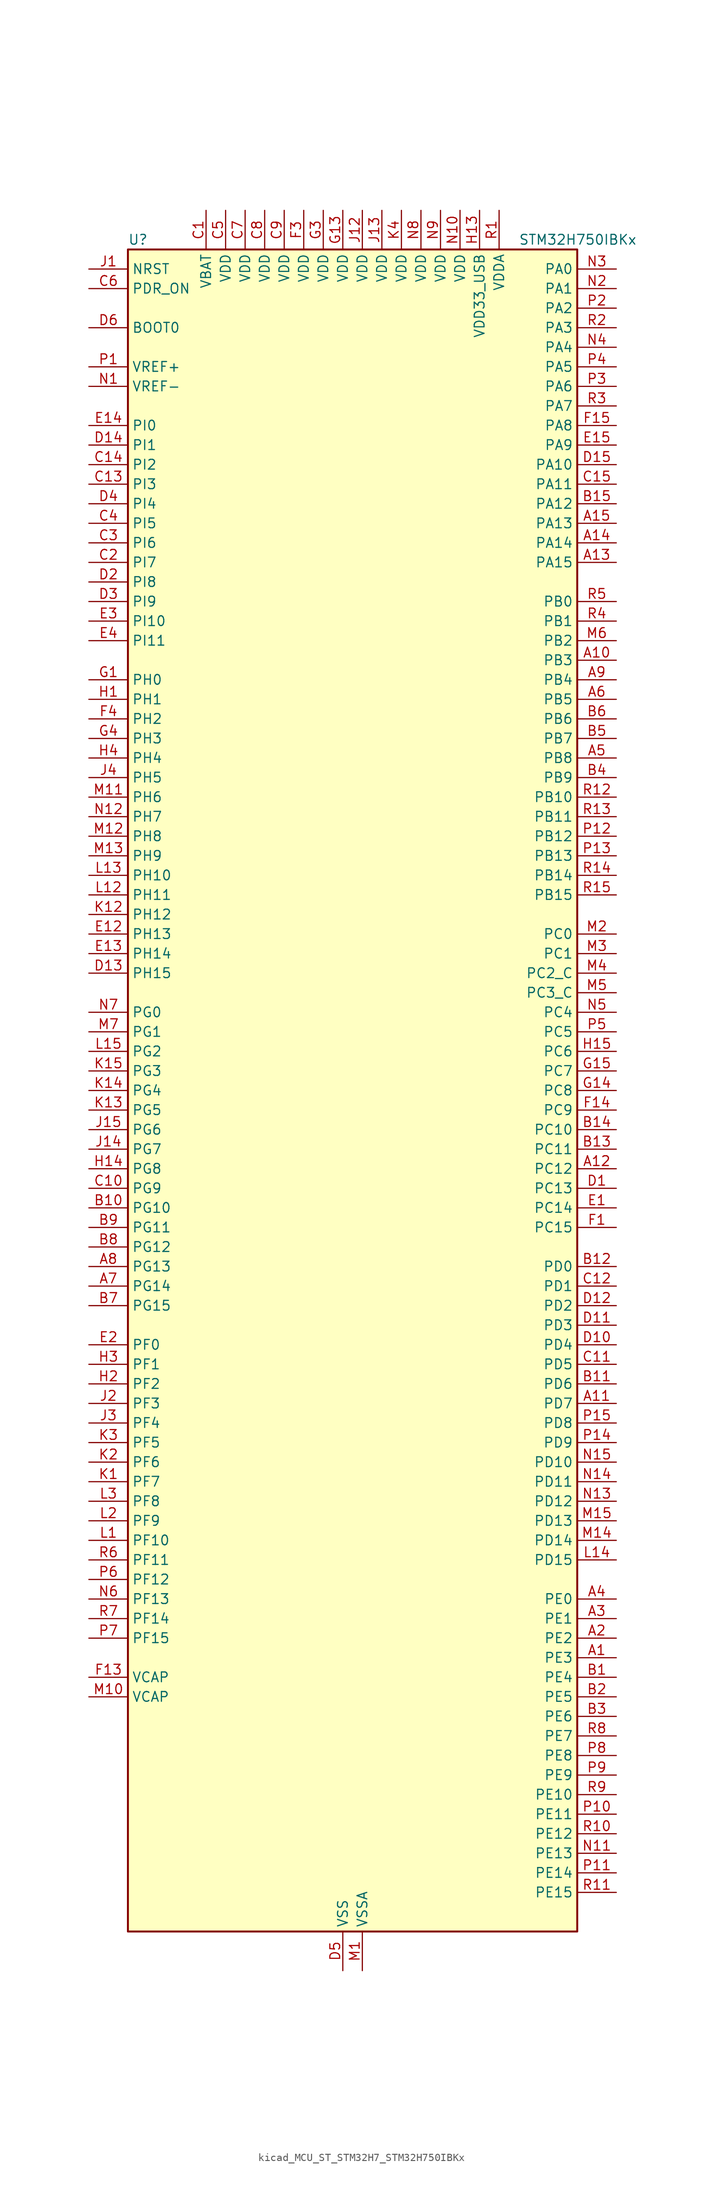
<source format=kicad_sym>
(kicad_symbol_lib
  (version 20220914)
  (generator kicad_symbol_editor)
  (symbol "kicad_MCU_ST_STM32H7_STM32H750IBKx"
    (property "Reference" "U"
      (at -27.94 110.49 0)
      (effects (font (size 1.27 1.27)) (justify left)))
    (property "Value" "STM32H750IBKx"
      (at 22.86 110.49 0)
      (effects (font (size 1.27 1.27)) (justify left)))
    (property "ki_locked" ""
      (at 0 0 0)
      (effects (font (size 1.27 1.27))))
    (symbol "kicad_MCU_ST_STM32H7_STM32H750IBKx_0_1"
      (rectangle (start -27.94 -109.22) (end 30.48 109.22) (stroke (width 0.254) (type default)) (fill (type background))))
    (symbol "kicad_MCU_ST_STM32H7_STM32H750IBKx_1_1"
      (pin bidirectional line (at 35.56 -73.66 180) (length 5.08) (name "PE3" (effects (font (size 1.27 1.27)))) (number "A1" (effects (font (size 1.27 1.27)))) (alternate "DEBUG_TRACED0" bidirectional line) (alternate "FMC_A19" bidirectional line) (alternate "SAI1_SD_B" bidirectional line) (alternate "SAI4_SD_B" bidirectional line) (alternate "TIM15_BKIN" bidirectional line))
      (pin bidirectional line (at 35.56 55.88 180) (length 5.08) (name "PB3" (effects (font (size 1.27 1.27)))) (number "A10" (effects (font (size 1.27 1.27)))) (alternate "CRS_SYNC" bidirectional line) (alternate "DEBUG_JTDO-SWO" bidirectional line) (alternate "HRTIM_FLT4" bidirectional line) (alternate "I2S1_CK" bidirectional line) (alternate "I2S3_CK" bidirectional line) (alternate "SDMMC2_D2" bidirectional line) (alternate "SPI1_SCK" bidirectional line) (alternate "SPI3_SCK" bidirectional line) (alternate "SPI6_SCK" bidirectional line) (alternate "TIM2_CH2" bidirectional line) (alternate "UART7_RX" bidirectional line))
      (pin bidirectional line (at 35.56 -40.64 180) (length 5.08) (name "PD7" (effects (font (size 1.27 1.27)))) (number "A11" (effects (font (size 1.27 1.27)))) (alternate "DFSDM1_CKIN1" bidirectional line) (alternate "DFSDM1_DATIN4" bidirectional line) (alternate "FMC_NE1" bidirectional line) (alternate "I2S1_SDO" bidirectional line) (alternate "SDMMC2_CMD" bidirectional line) (alternate "SPDIFRX1_IN0" bidirectional line) (alternate "SPI1_MOSI" bidirectional line) (alternate "USART2_CK" bidirectional line))
      (pin bidirectional line (at 35.56 -10.16 180) (length 5.08) (name "PC12" (effects (font (size 1.27 1.27)))) (number "A12" (effects (font (size 1.27 1.27)))) (alternate "DCMI_D9" bidirectional line) (alternate "DEBUG_TRACED3" bidirectional line) (alternate "HRTIM_EEV2" bidirectional line) (alternate "I2S3_SDO" bidirectional line) (alternate "SDMMC1_CK" bidirectional line) (alternate "SPI3_MOSI" bidirectional line) (alternate "UART5_TX" bidirectional line) (alternate "USART3_CK" bidirectional line))
      (pin bidirectional line (at 35.56 68.58 180) (length 5.08) (name "PA15" (effects (font (size 1.27 1.27)))) (number "A13" (effects (font (size 1.27 1.27)))) (alternate "ADC1_EXTI15" bidirectional line) (alternate "ADC2_EXTI15" bidirectional line) (alternate "ADC3_EXTI15" bidirectional line) (alternate "CEC" bidirectional line) (alternate "DEBUG_JTDI" bidirectional line) (alternate "HRTIM_FLT1" bidirectional line) (alternate "I2S1_WS" bidirectional line) (alternate "I2S3_WS" bidirectional line) (alternate "SPI1_NSS" bidirectional line) (alternate "SPI3_NSS" bidirectional line) (alternate "SPI6_NSS" bidirectional line) (alternate "TIM2_CH1" bidirectional line) (alternate "TIM2_ETR" bidirectional line) (alternate "UART4_DE" bidirectional line) (alternate "UART4_RTS" bidirectional line) (alternate "UART7_TX" bidirectional line))
      (pin bidirectional line (at 35.56 71.12 180) (length 5.08) (name "PA14" (effects (font (size 1.27 1.27)))) (number "A14" (effects (font (size 1.27 1.27)))) (alternate "DEBUG_JTCK-SWCLK" bidirectional line))
      (pin bidirectional line (at 35.56 73.66 180) (length 5.08) (name "PA13" (effects (font (size 1.27 1.27)))) (number "A15" (effects (font (size 1.27 1.27)))) (alternate "DEBUG_JTMS-SWDIO" bidirectional line))
      (pin bidirectional line (at 35.56 -71.12 180) (length 5.08) (name "PE2" (effects (font (size 1.27 1.27)))) (number "A2" (effects (font (size 1.27 1.27)))) (alternate "DEBUG_TRACECLK" bidirectional line) (alternate "ETH_TXD3" bidirectional line) (alternate "FMC_A23" bidirectional line) (alternate "QUADSPI_BK1_IO2" bidirectional line) (alternate "SAI1_CK1" bidirectional line) (alternate "SAI1_MCLK_A" bidirectional line) (alternate "SAI4_CK1" bidirectional line) (alternate "SAI4_MCLK_A" bidirectional line) (alternate "SPI4_SCK" bidirectional line))
      (pin bidirectional line (at 35.56 -68.58 180) (length 5.08) (name "PE1" (effects (font (size 1.27 1.27)))) (number "A3" (effects (font (size 1.27 1.27)))) (alternate "DCMI_D3" bidirectional line) (alternate "FMC_NBL1" bidirectional line) (alternate "HRTIM_SCOUT" bidirectional line) (alternate "LPTIM1_IN2" bidirectional line) (alternate "UART8_TX" bidirectional line))
      (pin bidirectional line (at 35.56 -66.04 180) (length 5.08) (name "PE0" (effects (font (size 1.27 1.27)))) (number "A4" (effects (font (size 1.27 1.27)))) (alternate "DCMI_D2" bidirectional line) (alternate "FMC_NBL0" bidirectional line) (alternate "HRTIM_SCIN" bidirectional line) (alternate "LPTIM1_ETR" bidirectional line) (alternate "LPTIM2_ETR" bidirectional line) (alternate "SAI2_MCLK_A" bidirectional line) (alternate "TIM4_ETR" bidirectional line) (alternate "UART8_RX" bidirectional line))
      (pin bidirectional line (at 35.56 43.18 180) (length 5.08) (name "PB8" (effects (font (size 1.27 1.27)))) (number "A5" (effects (font (size 1.27 1.27)))) (alternate "DCMI_D6" bidirectional line) (alternate "DFSDM1_CKIN7" bidirectional line) (alternate "ETH_TXD3" bidirectional line) (alternate "FDCAN1_RX" bidirectional line) (alternate "I2C1_SCL" bidirectional line) (alternate "I2C4_SCL" bidirectional line) (alternate "LTDC_B6" bidirectional line) (alternate "SDMMC1_CKIN" bidirectional line) (alternate "SDMMC1_D4" bidirectional line) (alternate "SDMMC2_D4" bidirectional line) (alternate "TIM16_CH1" bidirectional line) (alternate "TIM4_CH3" bidirectional line) (alternate "UART4_RX" bidirectional line))
      (pin bidirectional line (at 35.56 50.8 180) (length 5.08) (name "PB5" (effects (font (size 1.27 1.27)))) (number "A6" (effects (font (size 1.27 1.27)))) (alternate "DCMI_D10" bidirectional line) (alternate "ETH_PPS_OUT" bidirectional line) (alternate "FDCAN2_RX" bidirectional line) (alternate "FMC_SDCKE1" bidirectional line) (alternate "HRTIM_EEV7" bidirectional line) (alternate "I2C1_SMBA" bidirectional line) (alternate "I2C4_SMBA" bidirectional line) (alternate "I2S1_SDO" bidirectional line) (alternate "I2S3_SDO" bidirectional line) (alternate "SPI1_MOSI" bidirectional line) (alternate "SPI3_MOSI" bidirectional line) (alternate "SPI6_MOSI" bidirectional line) (alternate "TIM17_BKIN" bidirectional line) (alternate "TIM3_CH2" bidirectional line) (alternate "UART5_RX" bidirectional line) (alternate "USB_OTG_HS_ULPI_D7" bidirectional line))
      (pin bidirectional line (at -33.02 -25.4 0) (length 5.08) (name "PG14" (effects (font (size 1.27 1.27)))) (number "A7" (effects (font (size 1.27 1.27)))) (alternate "DEBUG_TRACED1" bidirectional line) (alternate "ETH_TXD1" bidirectional line) (alternate "FMC_A25" bidirectional line) (alternate "LPTIM1_ETR" bidirectional line) (alternate "LTDC_B0" bidirectional line) (alternate "QUADSPI_BK2_IO3" bidirectional line) (alternate "SPI6_MOSI" bidirectional line) (alternate "USART6_TX" bidirectional line))
      (pin bidirectional line (at -33.02 -22.86 0) (length 5.08) (name "PG13" (effects (font (size 1.27 1.27)))) (number "A8" (effects (font (size 1.27 1.27)))) (alternate "DEBUG_TRACED0" bidirectional line) (alternate "ETH_TXD0" bidirectional line) (alternate "FMC_A24" bidirectional line) (alternate "HRTIM_EEV10" bidirectional line) (alternate "LPTIM1_OUT" bidirectional line) (alternate "LTDC_R0" bidirectional line) (alternate "SPI6_SCK" bidirectional line) (alternate "USART6_CTS" bidirectional line) (alternate "USART6_NSS" bidirectional line))
      (pin bidirectional line (at 35.56 53.34 180) (length 5.08) (name "PB4" (effects (font (size 1.27 1.27)))) (number "A9" (effects (font (size 1.27 1.27)))) (alternate "DEBUG_JTRST" bidirectional line) (alternate "HRTIM_EEV6" bidirectional line) (alternate "I2S1_SDI" bidirectional line) (alternate "I2S2_WS" bidirectional line) (alternate "I2S3_SDI" bidirectional line) (alternate "SDMMC2_D3" bidirectional line) (alternate "SPI1_MISO" bidirectional line) (alternate "SPI2_NSS" bidirectional line) (alternate "SPI3_MISO" bidirectional line) (alternate "SPI6_MISO" bidirectional line) (alternate "TIM16_BKIN" bidirectional line) (alternate "TIM3_CH1" bidirectional line) (alternate "UART7_TX" bidirectional line))
      (pin bidirectional line (at 35.56 -76.2 180) (length 5.08) (name "PE4" (effects (font (size 1.27 1.27)))) (number "B1" (effects (font (size 1.27 1.27)))) (alternate "DCMI_D4" bidirectional line) (alternate "DEBUG_TRACED1" bidirectional line) (alternate "DFSDM1_DATIN3" bidirectional line) (alternate "FMC_A20" bidirectional line) (alternate "LTDC_B0" bidirectional line) (alternate "SAI1_D2" bidirectional line) (alternate "SAI1_FS_A" bidirectional line) (alternate "SAI4_D2" bidirectional line) (alternate "SAI4_FS_A" bidirectional line) (alternate "SPI4_NSS" bidirectional line) (alternate "TIM15_CH1N" bidirectional line))
      (pin bidirectional line (at -33.02 -15.24 0) (length 5.08) (name "PG10" (effects (font (size 1.27 1.27)))) (number "B10" (effects (font (size 1.27 1.27)))) (alternate "DCMI_D2" bidirectional line) (alternate "FMC_NE3" bidirectional line) (alternate "HRTIM_FLT5" bidirectional line) (alternate "I2S1_WS" bidirectional line) (alternate "LTDC_B2" bidirectional line) (alternate "LTDC_G3" bidirectional line) (alternate "SAI2_SD_B" bidirectional line) (alternate "SPI1_NSS" bidirectional line))
      (pin bidirectional line (at 35.56 -38.1 180) (length 5.08) (name "PD6" (effects (font (size 1.27 1.27)))) (number "B11" (effects (font (size 1.27 1.27)))) (alternate "DCMI_D10" bidirectional line) (alternate "DFSDM1_CKIN4" bidirectional line) (alternate "DFSDM1_DATIN1" bidirectional line) (alternate "FMC_NWAIT" bidirectional line) (alternate "I2S3_SDO" bidirectional line) (alternate "LTDC_B2" bidirectional line) (alternate "SAI1_D1" bidirectional line) (alternate "SAI1_SD_A" bidirectional line) (alternate "SAI4_D1" bidirectional line) (alternate "SAI4_SD_A" bidirectional line) (alternate "SDMMC2_CK" bidirectional line) (alternate "SPI3_MOSI" bidirectional line) (alternate "USART2_RX" bidirectional line))
      (pin bidirectional line (at 35.56 -22.86 180) (length 5.08) (name "PD0" (effects (font (size 1.27 1.27)))) (number "B12" (effects (font (size 1.27 1.27)))) (alternate "DFSDM1_CKIN6" bidirectional line) (alternate "FDCAN1_RX" bidirectional line) (alternate "FMC_D2" bidirectional line) (alternate "FMC_DA2" bidirectional line) (alternate "SAI3_SCK_A" bidirectional line) (alternate "UART4_RX" bidirectional line))
      (pin bidirectional line (at 35.56 -7.62 180) (length 5.08) (name "PC11" (effects (font (size 1.27 1.27)))) (number "B13" (effects (font (size 1.27 1.27)))) (alternate "ADC1_EXTI11" bidirectional line) (alternate "ADC2_EXTI11" bidirectional line) (alternate "ADC3_EXTI11" bidirectional line) (alternate "DCMI_D4" bidirectional line) (alternate "DFSDM1_DATIN5" bidirectional line) (alternate "HRTIM_FLT2" bidirectional line) (alternate "I2S3_SDI" bidirectional line) (alternate "QUADSPI_BK2_NCS" bidirectional line) (alternate "SDMMC1_D3" bidirectional line) (alternate "SPI3_MISO" bidirectional line) (alternate "UART4_RX" bidirectional line) (alternate "USART3_RX" bidirectional line))
      (pin bidirectional line (at 35.56 -5.08 180) (length 5.08) (name "PC10" (effects (font (size 1.27 1.27)))) (number "B14" (effects (font (size 1.27 1.27)))) (alternate "DCMI_D8" bidirectional line) (alternate "DFSDM1_CKIN5" bidirectional line) (alternate "HRTIM_EEV1" bidirectional line) (alternate "I2S3_CK" bidirectional line) (alternate "LTDC_R2" bidirectional line) (alternate "QUADSPI_BK1_IO1" bidirectional line) (alternate "SDMMC1_D2" bidirectional line) (alternate "SPI3_SCK" bidirectional line) (alternate "UART4_TX" bidirectional line) (alternate "USART3_TX" bidirectional line))
      (pin bidirectional line (at 35.56 76.2 180) (length 5.08) (name "PA12" (effects (font (size 1.27 1.27)))) (number "B15" (effects (font (size 1.27 1.27)))) (alternate "FDCAN1_TX" bidirectional line) (alternate "HRTIM_CHD2" bidirectional line) (alternate "I2S2_CK" bidirectional line) (alternate "LPUART1_DE" bidirectional line) (alternate "LPUART1_RTS" bidirectional line) (alternate "LTDC_R5" bidirectional line) (alternate "SAI2_FS_B" bidirectional line) (alternate "SPI2_SCK" bidirectional line) (alternate "TIM1_ETR" bidirectional line) (alternate "UART4_TX" bidirectional line) (alternate "USART1_DE" bidirectional line) (alternate "USART1_RTS" bidirectional line) (alternate "USB_OTG_FS_DP" bidirectional line))
      (pin bidirectional line (at 35.56 -78.74 180) (length 5.08) (name "PE5" (effects (font (size 1.27 1.27)))) (number "B2" (effects (font (size 1.27 1.27)))) (alternate "DCMI_D6" bidirectional line) (alternate "DEBUG_TRACED2" bidirectional line) (alternate "DFSDM1_CKIN3" bidirectional line) (alternate "FMC_A21" bidirectional line) (alternate "LTDC_G0" bidirectional line) (alternate "SAI1_CK2" bidirectional line) (alternate "SAI1_SCK_A" bidirectional line) (alternate "SAI4_CK2" bidirectional line) (alternate "SAI4_SCK_A" bidirectional line) (alternate "SPI4_MISO" bidirectional line) (alternate "TIM15_CH1" bidirectional line))
      (pin bidirectional line (at 35.56 -81.28 180) (length 5.08) (name "PE6" (effects (font (size 1.27 1.27)))) (number "B3" (effects (font (size 1.27 1.27)))) (alternate "DCMI_D7" bidirectional line) (alternate "DEBUG_TRACED3" bidirectional line) (alternate "FMC_A22" bidirectional line) (alternate "LTDC_G1" bidirectional line) (alternate "SAI1_D1" bidirectional line) (alternate "SAI1_SD_A" bidirectional line) (alternate "SAI2_MCLK_B" bidirectional line) (alternate "SAI4_D1" bidirectional line) (alternate "SAI4_SD_A" bidirectional line) (alternate "SPI4_MOSI" bidirectional line) (alternate "TIM15_CH2" bidirectional line) (alternate "TIM1_BKIN2" bidirectional line) (alternate "TIM1_BKIN2_COMP1" bidirectional line) (alternate "TIM1_BKIN2_COMP2" bidirectional line))
      (pin bidirectional line (at 35.56 40.64 180) (length 5.08) (name "PB9" (effects (font (size 1.27 1.27)))) (number "B4" (effects (font (size 1.27 1.27)))) (alternate "DAC1_EXTI9" bidirectional line) (alternate "DCMI_D7" bidirectional line) (alternate "DFSDM1_DATIN7" bidirectional line) (alternate "FDCAN1_TX" bidirectional line) (alternate "I2C1_SDA" bidirectional line) (alternate "I2C4_SDA" bidirectional line) (alternate "I2C4_SMBA" bidirectional line) (alternate "I2S2_WS" bidirectional line) (alternate "LTDC_B7" bidirectional line) (alternate "SDMMC1_CDIR" bidirectional line) (alternate "SDMMC1_D5" bidirectional line) (alternate "SDMMC2_D5" bidirectional line) (alternate "SPI2_NSS" bidirectional line) (alternate "TIM17_CH1" bidirectional line) (alternate "TIM4_CH4" bidirectional line) (alternate "UART4_TX" bidirectional line))
      (pin bidirectional line (at 35.56 45.72 180) (length 5.08) (name "PB7" (effects (font (size 1.27 1.27)))) (number "B5" (effects (font (size 1.27 1.27)))) (alternate "DCMI_VSYNC" bidirectional line) (alternate "DFSDM1_CKIN5" bidirectional line) (alternate "FMC_NL" bidirectional line) (alternate "HRTIM_EEV9" bidirectional line) (alternate "I2C1_SDA" bidirectional line) (alternate "I2C4_SDA" bidirectional line) (alternate "LPUART1_RX" bidirectional line) (alternate "PWR_PVD_IN" bidirectional line) (alternate "TIM17_CH1N" bidirectional line) (alternate "TIM4_CH2" bidirectional line) (alternate "USART1_RX" bidirectional line))
      (pin bidirectional line (at 35.56 48.26 180) (length 5.08) (name "PB6" (effects (font (size 1.27 1.27)))) (number "B6" (effects (font (size 1.27 1.27)))) (alternate "CEC" bidirectional line) (alternate "DCMI_D5" bidirectional line) (alternate "DFSDM1_DATIN5" bidirectional line) (alternate "FDCAN2_TX" bidirectional line) (alternate "FMC_SDNE1" bidirectional line) (alternate "HRTIM_EEV8" bidirectional line) (alternate "I2C1_SCL" bidirectional line) (alternate "I2C4_SCL" bidirectional line) (alternate "LPUART1_TX" bidirectional line) (alternate "QUADSPI_BK1_NCS" bidirectional line) (alternate "TIM16_CH1N" bidirectional line) (alternate "TIM4_CH1" bidirectional line) (alternate "UART5_TX" bidirectional line) (alternate "USART1_TX" bidirectional line))
      (pin bidirectional line (at -33.02 -27.94 0) (length 5.08) (name "PG15" (effects (font (size 1.27 1.27)))) (number "B7" (effects (font (size 1.27 1.27)))) (alternate "ADC1_EXTI15" bidirectional line) (alternate "ADC2_EXTI15" bidirectional line) (alternate "ADC3_EXTI15" bidirectional line) (alternate "DCMI_D13" bidirectional line) (alternate "FMC_SDNCAS" bidirectional line) (alternate "USART6_CTS" bidirectional line) (alternate "USART6_NSS" bidirectional line))
      (pin bidirectional line (at -33.02 -20.32 0) (length 5.08) (name "PG12" (effects (font (size 1.27 1.27)))) (number "B8" (effects (font (size 1.27 1.27)))) (alternate "ETH_TXD1" bidirectional line) (alternate "FMC_NE4" bidirectional line) (alternate "HRTIM_EEV5" bidirectional line) (alternate "LPTIM1_IN1" bidirectional line) (alternate "LTDC_B1" bidirectional line) (alternate "LTDC_B4" bidirectional line) (alternate "SPDIFRX1_IN1" bidirectional line) (alternate "SPI6_MISO" bidirectional line) (alternate "USART6_DE" bidirectional line) (alternate "USART6_RTS" bidirectional line))
      (pin bidirectional line (at -33.02 -17.78 0) (length 5.08) (name "PG11" (effects (font (size 1.27 1.27)))) (number "B9" (effects (font (size 1.27 1.27)))) (alternate "ADC1_EXTI11" bidirectional line) (alternate "ADC2_EXTI11" bidirectional line) (alternate "ADC3_EXTI11" bidirectional line) (alternate "DCMI_D3" bidirectional line) (alternate "ETH_TX_EN" bidirectional line) (alternate "HRTIM_EEV4" bidirectional line) (alternate "I2S1_CK" bidirectional line) (alternate "LPTIM1_IN2" bidirectional line) (alternate "LTDC_B3" bidirectional line) (alternate "SDMMC2_D2" bidirectional line) (alternate "SPDIFRX1_IN0" bidirectional line) (alternate "SPI1_SCK" bidirectional line))
      (pin power_in line (at -17.78 114.3 270) (length 5.08) (name "VBAT" (effects (font (size 1.27 1.27)))) (number "C1" (effects (font (size 1.27 1.27)))))
      (pin bidirectional line (at -33.02 -12.7 0) (length 5.08) (name "PG9" (effects (font (size 1.27 1.27)))) (number "C10" (effects (font (size 1.27 1.27)))) (alternate "DAC1_EXTI9" bidirectional line) (alternate "DCMI_VSYNC" bidirectional line) (alternate "FMC_NCE" bidirectional line) (alternate "FMC_NE2" bidirectional line) (alternate "I2S1_SDI" bidirectional line) (alternate "QUADSPI_BK2_IO2" bidirectional line) (alternate "SAI2_FS_B" bidirectional line) (alternate "SPDIFRX1_IN3" bidirectional line) (alternate "SPI1_MISO" bidirectional line) (alternate "USART6_RX" bidirectional line))
      (pin bidirectional line (at 35.56 -35.56 180) (length 5.08) (name "PD5" (effects (font (size 1.27 1.27)))) (number "C11" (effects (font (size 1.27 1.27)))) (alternate "FMC_NWE" bidirectional line) (alternate "HRTIM_EEV3" bidirectional line) (alternate "USART2_TX" bidirectional line))
      (pin bidirectional line (at 35.56 -25.4 180) (length 5.08) (name "PD1" (effects (font (size 1.27 1.27)))) (number "C12" (effects (font (size 1.27 1.27)))) (alternate "DFSDM1_DATIN6" bidirectional line) (alternate "FDCAN1_TX" bidirectional line) (alternate "FMC_D3" bidirectional line) (alternate "FMC_DA3" bidirectional line) (alternate "SAI3_SD_A" bidirectional line) (alternate "UART4_TX" bidirectional line))
      (pin bidirectional line (at -33.02 78.74 0) (length 5.08) (name "PI3" (effects (font (size 1.27 1.27)))) (number "C13" (effects (font (size 1.27 1.27)))) (alternate "DCMI_D10" bidirectional line) (alternate "FMC_D27" bidirectional line) (alternate "I2S2_SDO" bidirectional line) (alternate "SPI2_MOSI" bidirectional line) (alternate "TIM8_ETR" bidirectional line))
      (pin bidirectional line (at -33.02 81.28 0) (length 5.08) (name "PI2" (effects (font (size 1.27 1.27)))) (number "C14" (effects (font (size 1.27 1.27)))) (alternate "DCMI_D9" bidirectional line) (alternate "FMC_D26" bidirectional line) (alternate "I2S2_SDI" bidirectional line) (alternate "LTDC_G7" bidirectional line) (alternate "SPI2_MISO" bidirectional line) (alternate "TIM8_CH4" bidirectional line))
      (pin bidirectional line (at 35.56 78.74 180) (length 5.08) (name "PA11" (effects (font (size 1.27 1.27)))) (number "C15" (effects (font (size 1.27 1.27)))) (alternate "ADC1_EXTI11" bidirectional line) (alternate "ADC2_EXTI11" bidirectional line) (alternate "ADC3_EXTI11" bidirectional line) (alternate "FDCAN1_RX" bidirectional line) (alternate "HRTIM_CHD1" bidirectional line) (alternate "I2S2_WS" bidirectional line) (alternate "LPUART1_CTS" bidirectional line) (alternate "LTDC_R4" bidirectional line) (alternate "SPI2_NSS" bidirectional line) (alternate "TIM1_CH4" bidirectional line) (alternate "UART4_RX" bidirectional line) (alternate "USART1_CTS" bidirectional line) (alternate "USART1_NSS" bidirectional line) (alternate "USB_OTG_FS_DM" bidirectional line))
      (pin bidirectional line (at -33.02 68.58 0) (length 5.08) (name "PI7" (effects (font (size 1.27 1.27)))) (number "C2" (effects (font (size 1.27 1.27)))) (alternate "DCMI_D7" bidirectional line) (alternate "FMC_D29" bidirectional line) (alternate "LTDC_B7" bidirectional line) (alternate "SAI2_FS_A" bidirectional line) (alternate "TIM8_CH3" bidirectional line))
      (pin bidirectional line (at -33.02 71.12 0) (length 5.08) (name "PI6" (effects (font (size 1.27 1.27)))) (number "C3" (effects (font (size 1.27 1.27)))) (alternate "DCMI_D6" bidirectional line) (alternate "FMC_D28" bidirectional line) (alternate "LTDC_B6" bidirectional line) (alternate "SAI2_SD_A" bidirectional line) (alternate "TIM8_CH2" bidirectional line))
      (pin bidirectional line (at -33.02 73.66 0) (length 5.08) (name "PI5" (effects (font (size 1.27 1.27)))) (number "C4" (effects (font (size 1.27 1.27)))) (alternate "DCMI_VSYNC" bidirectional line) (alternate "FMC_NBL3" bidirectional line) (alternate "LTDC_B5" bidirectional line) (alternate "SAI2_SCK_A" bidirectional line) (alternate "TIM8_CH1" bidirectional line))
      (pin power_in line (at -15.24 114.3 270) (length 5.08) (name "VDD" (effects (font (size 1.27 1.27)))) (number "C5" (effects (font (size 1.27 1.27)))))
      (pin input line (at -33.02 104.14 0) (length 5.08) (name "PDR_ON" (effects (font (size 1.27 1.27)))) (number "C6" (effects (font (size 1.27 1.27)))))
      (pin power_in line (at -12.7 114.3 270) (length 5.08) (name "VDD" (effects (font (size 1.27 1.27)))) (number "C7" (effects (font (size 1.27 1.27)))))
      (pin power_in line (at -10.16 114.3 270) (length 5.08) (name "VDD" (effects (font (size 1.27 1.27)))) (number "C8" (effects (font (size 1.27 1.27)))))
      (pin power_in line (at -7.62 114.3 270) (length 5.08) (name "VDD" (effects (font (size 1.27 1.27)))) (number "C9" (effects (font (size 1.27 1.27)))))
      (pin bidirectional line (at 35.56 -12.7 180) (length 5.08) (name "PC13" (effects (font (size 1.27 1.27)))) (number "D1" (effects (font (size 1.27 1.27)))) (alternate "PWR_WKUP2" bidirectional line) (alternate "RTC_OUT_ALARM" bidirectional line) (alternate "RTC_OUT_CALIB" bidirectional line) (alternate "RTC_TAMP1" bidirectional line) (alternate "RTC_TS" bidirectional line))
      (pin bidirectional line (at 35.56 -33.02 180) (length 5.08) (name "PD4" (effects (font (size 1.27 1.27)))) (number "D10" (effects (font (size 1.27 1.27)))) (alternate "FMC_NOE" bidirectional line) (alternate "HRTIM_FLT3" bidirectional line) (alternate "SAI3_FS_A" bidirectional line) (alternate "USART2_DE" bidirectional line) (alternate "USART2_RTS" bidirectional line))
      (pin bidirectional line (at 35.56 -30.48 180) (length 5.08) (name "PD3" (effects (font (size 1.27 1.27)))) (number "D11" (effects (font (size 1.27 1.27)))) (alternate "DCMI_D5" bidirectional line) (alternate "DFSDM1_CKOUT" bidirectional line) (alternate "FMC_CLK" bidirectional line) (alternate "I2S2_CK" bidirectional line) (alternate "LTDC_G7" bidirectional line) (alternate "SPI2_SCK" bidirectional line) (alternate "USART2_CTS" bidirectional line) (alternate "USART2_NSS" bidirectional line))
      (pin bidirectional line (at 35.56 -27.94 180) (length 5.08) (name "PD2" (effects (font (size 1.27 1.27)))) (number "D12" (effects (font (size 1.27 1.27)))) (alternate "DCMI_D11" bidirectional line) (alternate "DEBUG_TRACED2" bidirectional line) (alternate "SDMMC1_CMD" bidirectional line) (alternate "TIM3_ETR" bidirectional line) (alternate "UART5_RX" bidirectional line))
      (pin bidirectional line (at -33.02 15.24 0) (length 5.08) (name "PH15" (effects (font (size 1.27 1.27)))) (number "D13" (effects (font (size 1.27 1.27)))) (alternate "ADC1_EXTI15" bidirectional line) (alternate "ADC2_EXTI15" bidirectional line) (alternate "ADC3_EXTI15" bidirectional line) (alternate "DCMI_D11" bidirectional line) (alternate "FMC_D23" bidirectional line) (alternate "LTDC_G4" bidirectional line) (alternate "TIM8_CH3N" bidirectional line))
      (pin bidirectional line (at -33.02 83.82 0) (length 5.08) (name "PI1" (effects (font (size 1.27 1.27)))) (number "D14" (effects (font (size 1.27 1.27)))) (alternate "DCMI_D8" bidirectional line) (alternate "FMC_D25" bidirectional line) (alternate "I2S2_CK" bidirectional line) (alternate "LTDC_G6" bidirectional line) (alternate "SPI2_SCK" bidirectional line) (alternate "TIM8_BKIN2" bidirectional line) (alternate "TIM8_BKIN2_COMP1" bidirectional line) (alternate "TIM8_BKIN2_COMP2" bidirectional line))
      (pin bidirectional line (at 35.56 81.28 180) (length 5.08) (name "PA10" (effects (font (size 1.27 1.27)))) (number "D15" (effects (font (size 1.27 1.27)))) (alternate "DCMI_D1" bidirectional line) (alternate "HRTIM_CHC2" bidirectional line) (alternate "LPUART1_RX" bidirectional line) (alternate "LTDC_B1" bidirectional line) (alternate "LTDC_B4" bidirectional line) (alternate "MDIOS_MDIO" bidirectional line) (alternate "TIM1_CH3" bidirectional line) (alternate "USART1_RX" bidirectional line) (alternate "USB_OTG_FS_ID" bidirectional line))
      (pin bidirectional line (at -33.02 66.04 0) (length 5.08) (name "PI8" (effects (font (size 1.27 1.27)))) (number "D2" (effects (font (size 1.27 1.27)))) (alternate "PWR_WKUP3" bidirectional line) (alternate "RTC_TAMP2" bidirectional line))
      (pin bidirectional line (at -33.02 63.5 0) (length 5.08) (name "PI9" (effects (font (size 1.27 1.27)))) (number "D3" (effects (font (size 1.27 1.27)))) (alternate "DAC1_EXTI9" bidirectional line) (alternate "FDCAN1_RX" bidirectional line) (alternate "FMC_D30" bidirectional line) (alternate "LTDC_VSYNC" bidirectional line) (alternate "UART4_RX" bidirectional line))
      (pin bidirectional line (at -33.02 76.2 0) (length 5.08) (name "PI4" (effects (font (size 1.27 1.27)))) (number "D4" (effects (font (size 1.27 1.27)))) (alternate "DCMI_D5" bidirectional line) (alternate "FMC_NBL2" bidirectional line) (alternate "LTDC_B4" bidirectional line) (alternate "SAI2_MCLK_A" bidirectional line) (alternate "TIM8_BKIN" bidirectional line) (alternate "TIM8_BKIN_COMP1" bidirectional line) (alternate "TIM8_BKIN_COMP2" bidirectional line))
      (pin power_in line (at 0 -114.3 90) (length 5.08) (name "VSS" (effects (font (size 1.27 1.27)))) (number "D5" (effects (font (size 1.27 1.27)))))
      (pin input line (at -33.02 99.06 0) (length 5.08) (name "BOOT0" (effects (font (size 1.27 1.27)))) (number "D6" (effects (font (size 1.27 1.27)))))
      (pin passive line (at 0 -114.3 90) (length 5.08) hide (name "VSS" (effects (font (size 1.27 1.27)))) (number "D7" (effects (font (size 1.27 1.27)))))
      (pin passive line (at 0 -114.3 90) (length 5.08) hide (name "VSS" (effects (font (size 1.27 1.27)))) (number "D8" (effects (font (size 1.27 1.27)))))
      (pin passive line (at 0 -114.3 90) (length 5.08) hide (name "VSS" (effects (font (size 1.27 1.27)))) (number "D9" (effects (font (size 1.27 1.27)))))
      (pin bidirectional line (at 35.56 -15.24 180) (length 5.08) (name "PC14" (effects (font (size 1.27 1.27)))) (number "E1" (effects (font (size 1.27 1.27)))) (alternate "RCC_OSC32_IN" bidirectional line))
      (pin bidirectional line (at -33.02 20.32 0) (length 5.08) (name "PH13" (effects (font (size 1.27 1.27)))) (number "E12" (effects (font (size 1.27 1.27)))) (alternate "FDCAN1_TX" bidirectional line) (alternate "FMC_D21" bidirectional line) (alternate "LTDC_G2" bidirectional line) (alternate "TIM8_CH1N" bidirectional line) (alternate "UART4_TX" bidirectional line))
      (pin bidirectional line (at -33.02 17.78 0) (length 5.08) (name "PH14" (effects (font (size 1.27 1.27)))) (number "E13" (effects (font (size 1.27 1.27)))) (alternate "DCMI_D4" bidirectional line) (alternate "FDCAN1_RX" bidirectional line) (alternate "FMC_D22" bidirectional line) (alternate "LTDC_G3" bidirectional line) (alternate "TIM8_CH2N" bidirectional line) (alternate "UART4_RX" bidirectional line))
      (pin bidirectional line (at -33.02 86.36 0) (length 5.08) (name "PI0" (effects (font (size 1.27 1.27)))) (number "E14" (effects (font (size 1.27 1.27)))) (alternate "DCMI_D13" bidirectional line) (alternate "FMC_D24" bidirectional line) (alternate "I2S2_WS" bidirectional line) (alternate "LTDC_G5" bidirectional line) (alternate "SPI2_NSS" bidirectional line) (alternate "TIM5_CH4" bidirectional line))
      (pin bidirectional line (at 35.56 83.82 180) (length 5.08) (name "PA9" (effects (font (size 1.27 1.27)))) (number "E15" (effects (font (size 1.27 1.27)))) (alternate "DAC1_EXTI9" bidirectional line) (alternate "DCMI_D0" bidirectional line) (alternate "HRTIM_CHC1" bidirectional line) (alternate "I2C3_SMBA" bidirectional line) (alternate "I2S2_CK" bidirectional line) (alternate "LPUART1_TX" bidirectional line) (alternate "LTDC_R5" bidirectional line) (alternate "SPI2_SCK" bidirectional line) (alternate "TIM1_CH2" bidirectional line) (alternate "USART1_TX" bidirectional line) (alternate "USB_OTG_FS_VBUS" bidirectional line))
      (pin bidirectional line (at -33.02 -33.02 0) (length 5.08) (name "PF0" (effects (font (size 1.27 1.27)))) (number "E2" (effects (font (size 1.27 1.27)))) (alternate "FMC_A0" bidirectional line) (alternate "I2C2_SDA" bidirectional line))
      (pin bidirectional line (at -33.02 60.96 0) (length 5.08) (name "PI10" (effects (font (size 1.27 1.27)))) (number "E3" (effects (font (size 1.27 1.27)))) (alternate "ETH_RX_ER" bidirectional line) (alternate "FMC_D31" bidirectional line) (alternate "LTDC_HSYNC" bidirectional line))
      (pin bidirectional line (at -33.02 58.42 0) (length 5.08) (name "PI11" (effects (font (size 1.27 1.27)))) (number "E4" (effects (font (size 1.27 1.27)))) (alternate "ADC1_EXTI11" bidirectional line) (alternate "ADC2_EXTI11" bidirectional line) (alternate "ADC3_EXTI11" bidirectional line) (alternate "LTDC_G6" bidirectional line) (alternate "PWR_WKUP4" bidirectional line) (alternate "USB_OTG_HS_ULPI_DIR" bidirectional line))
      (pin bidirectional line (at 35.56 -17.78 180) (length 5.08) (name "PC15" (effects (font (size 1.27 1.27)))) (number "F1" (effects (font (size 1.27 1.27)))) (alternate "ADC1_EXTI15" bidirectional line) (alternate "ADC2_EXTI15" bidirectional line) (alternate "ADC3_EXTI15" bidirectional line) (alternate "RCC_OSC32_OUT" bidirectional line))
      (pin passive line (at 0 -114.3 90) (length 5.08) hide (name "VSS" (effects (font (size 1.27 1.27)))) (number "F10" (effects (font (size 1.27 1.27)))))
      (pin passive line (at 0 -114.3 90) (length 5.08) hide (name "VSS" (effects (font (size 1.27 1.27)))) (number "F12" (effects (font (size 1.27 1.27)))))
      (pin power_out line (at -33.02 -76.2 0) (length 5.08) (name "VCAP" (effects (font (size 1.27 1.27)))) (number "F13" (effects (font (size 1.27 1.27)))))
      (pin bidirectional line (at 35.56 -2.54 180) (length 5.08) (name "PC9" (effects (font (size 1.27 1.27)))) (number "F14" (effects (font (size 1.27 1.27)))) (alternate "DAC1_EXTI9" bidirectional line) (alternate "DCMI_D3" bidirectional line) (alternate "I2C3_SDA" bidirectional line) (alternate "I2S_CKIN" bidirectional line) (alternate "LTDC_B2" bidirectional line) (alternate "LTDC_G3" bidirectional line) (alternate "QUADSPI_BK1_IO0" bidirectional line) (alternate "RCC_MCO_2" bidirectional line) (alternate "SDMMC1_D1" bidirectional line) (alternate "SWPMI1_SUSPEND" bidirectional line) (alternate "TIM3_CH4" bidirectional line) (alternate "TIM8_CH4" bidirectional line) (alternate "UART5_CTS" bidirectional line))
      (pin bidirectional line (at 35.56 86.36 180) (length 5.08) (name "PA8" (effects (font (size 1.27 1.27)))) (number "F15" (effects (font (size 1.27 1.27)))) (alternate "HRTIM_CHB2" bidirectional line) (alternate "I2C3_SCL" bidirectional line) (alternate "LTDC_B3" bidirectional line) (alternate "LTDC_R6" bidirectional line) (alternate "RCC_MCO_1" bidirectional line) (alternate "TIM1_CH1" bidirectional line) (alternate "TIM8_BKIN2" bidirectional line) (alternate "TIM8_BKIN2_COMP1" bidirectional line) (alternate "TIM8_BKIN2_COMP2" bidirectional line) (alternate "UART7_RX" bidirectional line) (alternate "USART1_CK" bidirectional line) (alternate "USB_OTG_FS_SOF" bidirectional line))
      (pin passive line (at 0 -114.3 90) (length 5.08) hide (name "VSS" (effects (font (size 1.27 1.27)))) (number "F2" (effects (font (size 1.27 1.27)))))
      (pin power_in line (at -5.08 114.3 270) (length 5.08) (name "VDD" (effects (font (size 1.27 1.27)))) (number "F3" (effects (font (size 1.27 1.27)))))
      (pin bidirectional line (at -33.02 48.26 0) (length 5.08) (name "PH2" (effects (font (size 1.27 1.27)))) (number "F4" (effects (font (size 1.27 1.27)))) (alternate "ADC3_INP13" bidirectional line) (alternate "ETH_CRS" bidirectional line) (alternate "FMC_SDCKE0" bidirectional line) (alternate "LPTIM1_IN2" bidirectional line) (alternate "LTDC_R0" bidirectional line) (alternate "QUADSPI_BK2_IO0" bidirectional line) (alternate "SAI2_SCK_B" bidirectional line))
      (pin passive line (at 0 -114.3 90) (length 5.08) hide (name "VSS" (effects (font (size 1.27 1.27)))) (number "F6" (effects (font (size 1.27 1.27)))))
      (pin passive line (at 0 -114.3 90) (length 5.08) hide (name "VSS" (effects (font (size 1.27 1.27)))) (number "F7" (effects (font (size 1.27 1.27)))))
      (pin passive line (at 0 -114.3 90) (length 5.08) hide (name "VSS" (effects (font (size 1.27 1.27)))) (number "F8" (effects (font (size 1.27 1.27)))))
      (pin passive line (at 0 -114.3 90) (length 5.08) hide (name "VSS" (effects (font (size 1.27 1.27)))) (number "F9" (effects (font (size 1.27 1.27)))))
      (pin bidirectional line (at -33.02 53.34 0) (length 5.08) (name "PH0" (effects (font (size 1.27 1.27)))) (number "G1" (effects (font (size 1.27 1.27)))) (alternate "RCC_OSC_IN" bidirectional line))
      (pin passive line (at 0 -114.3 90) (length 5.08) hide (name "VSS" (effects (font (size 1.27 1.27)))) (number "G10" (effects (font (size 1.27 1.27)))))
      (pin passive line (at 0 -114.3 90) (length 5.08) hide (name "VSS" (effects (font (size 1.27 1.27)))) (number "G12" (effects (font (size 1.27 1.27)))))
      (pin power_in line (at 0 114.3 270) (length 5.08) (name "VDD" (effects (font (size 1.27 1.27)))) (number "G13" (effects (font (size 1.27 1.27)))))
      (pin bidirectional line (at 35.56 0 180) (length 5.08) (name "PC8" (effects (font (size 1.27 1.27)))) (number "G14" (effects (font (size 1.27 1.27)))) (alternate "DCMI_D2" bidirectional line) (alternate "DEBUG_TRACED1" bidirectional line) (alternate "FMC_NCE" bidirectional line) (alternate "FMC_NE2" bidirectional line) (alternate "HRTIM_CHB1" bidirectional line) (alternate "SDMMC1_D0" bidirectional line) (alternate "SWPMI1_RX" bidirectional line) (alternate "TIM3_CH3" bidirectional line) (alternate "TIM8_CH3" bidirectional line) (alternate "UART5_DE" bidirectional line) (alternate "UART5_RTS" bidirectional line) (alternate "USART6_CK" bidirectional line))
      (pin bidirectional line (at 35.56 2.54 180) (length 5.08) (name "PC7" (effects (font (size 1.27 1.27)))) (number "G15" (effects (font (size 1.27 1.27)))) (alternate "DCMI_D1" bidirectional line) (alternate "DEBUG_TRGIO" bidirectional line) (alternate "DFSDM1_DATIN3" bidirectional line) (alternate "FMC_NE1" bidirectional line) (alternate "HRTIM_CHA2" bidirectional line) (alternate "I2S3_MCK" bidirectional line) (alternate "LTDC_G6" bidirectional line) (alternate "SDMMC1_D123DIR" bidirectional line) (alternate "SDMMC1_D7" bidirectional line) (alternate "SDMMC2_D7" bidirectional line) (alternate "SWPMI1_TX" bidirectional line) (alternate "TIM3_CH2" bidirectional line) (alternate "TIM8_CH2" bidirectional line) (alternate "USART6_RX" bidirectional line))
      (pin passive line (at 0 -114.3 90) (length 5.08) hide (name "VSS" (effects (font (size 1.27 1.27)))) (number "G2" (effects (font (size 1.27 1.27)))))
      (pin power_in line (at -2.54 114.3 270) (length 5.08) (name "VDD" (effects (font (size 1.27 1.27)))) (number "G3" (effects (font (size 1.27 1.27)))))
      (pin bidirectional line (at -33.02 45.72 0) (length 5.08) (name "PH3" (effects (font (size 1.27 1.27)))) (number "G4" (effects (font (size 1.27 1.27)))) (alternate "ADC3_INN13" bidirectional line) (alternate "ADC3_INP14" bidirectional line) (alternate "ETH_COL" bidirectional line) (alternate "FMC_SDNE0" bidirectional line) (alternate "LTDC_R1" bidirectional line) (alternate "QUADSPI_BK2_IO1" bidirectional line) (alternate "SAI2_MCLK_B" bidirectional line))
      (pin passive line (at 0 -114.3 90) (length 5.08) hide (name "VSS" (effects (font (size 1.27 1.27)))) (number "G6" (effects (font (size 1.27 1.27)))))
      (pin passive line (at 0 -114.3 90) (length 5.08) hide (name "VSS" (effects (font (size 1.27 1.27)))) (number "G7" (effects (font (size 1.27 1.27)))))
      (pin passive line (at 0 -114.3 90) (length 5.08) hide (name "VSS" (effects (font (size 1.27 1.27)))) (number "G8" (effects (font (size 1.27 1.27)))))
      (pin passive line (at 0 -114.3 90) (length 5.08) hide (name "VSS" (effects (font (size 1.27 1.27)))) (number "G9" (effects (font (size 1.27 1.27)))))
      (pin bidirectional line (at -33.02 50.8 0) (length 5.08) (name "PH1" (effects (font (size 1.27 1.27)))) (number "H1" (effects (font (size 1.27 1.27)))) (alternate "RCC_OSC_OUT" bidirectional line))
      (pin passive line (at 0 -114.3 90) (length 5.08) hide (name "VSS" (effects (font (size 1.27 1.27)))) (number "H10" (effects (font (size 1.27 1.27)))))
      (pin passive line (at 0 -114.3 90) (length 5.08) hide (name "VSS" (effects (font (size 1.27 1.27)))) (number "H12" (effects (font (size 1.27 1.27)))))
      (pin power_in line (at 17.78 114.3 270) (length 5.08) (name "VDD33_USB" (effects (font (size 1.27 1.27)))) (number "H13" (effects (font (size 1.27 1.27)))))
      (pin bidirectional line (at -33.02 -10.16 0) (length 5.08) (name "PG8" (effects (font (size 1.27 1.27)))) (number "H14" (effects (font (size 1.27 1.27)))) (alternate "ETH_PPS_OUT" bidirectional line) (alternate "FMC_SDCLK" bidirectional line) (alternate "LTDC_G7" bidirectional line) (alternate "SPDIFRX1_IN2" bidirectional line) (alternate "SPI6_NSS" bidirectional line) (alternate "TIM8_ETR" bidirectional line) (alternate "USART6_DE" bidirectional line) (alternate "USART6_RTS" bidirectional line))
      (pin bidirectional line (at 35.56 5.08 180) (length 5.08) (name "PC6" (effects (font (size 1.27 1.27)))) (number "H15" (effects (font (size 1.27 1.27)))) (alternate "DCMI_D0" bidirectional line) (alternate "DFSDM1_CKIN3" bidirectional line) (alternate "FMC_NWAIT" bidirectional line) (alternate "HRTIM_CHA1" bidirectional line) (alternate "I2S2_MCK" bidirectional line) (alternate "LTDC_HSYNC" bidirectional line) (alternate "SDMMC1_D0DIR" bidirectional line) (alternate "SDMMC1_D6" bidirectional line) (alternate "SDMMC2_D6" bidirectional line) (alternate "SWPMI1_IO" bidirectional line) (alternate "TIM3_CH1" bidirectional line) (alternate "TIM8_CH1" bidirectional line) (alternate "USART6_TX" bidirectional line))
      (pin bidirectional line (at -33.02 -38.1 0) (length 5.08) (name "PF2" (effects (font (size 1.27 1.27)))) (number "H2" (effects (font (size 1.27 1.27)))) (alternate "FMC_A2" bidirectional line) (alternate "I2C2_SMBA" bidirectional line))
      (pin bidirectional line (at -33.02 -35.56 0) (length 5.08) (name "PF1" (effects (font (size 1.27 1.27)))) (number "H3" (effects (font (size 1.27 1.27)))) (alternate "FMC_A1" bidirectional line) (alternate "I2C2_SCL" bidirectional line))
      (pin bidirectional line (at -33.02 43.18 0) (length 5.08) (name "PH4" (effects (font (size 1.27 1.27)))) (number "H4" (effects (font (size 1.27 1.27)))) (alternate "ADC3_INN14" bidirectional line) (alternate "ADC3_INP15" bidirectional line) (alternate "I2C2_SCL" bidirectional line) (alternate "LTDC_G4" bidirectional line) (alternate "LTDC_G5" bidirectional line) (alternate "USB_OTG_HS_ULPI_NXT" bidirectional line))
      (pin passive line (at 0 -114.3 90) (length 5.08) hide (name "VSS" (effects (font (size 1.27 1.27)))) (number "H6" (effects (font (size 1.27 1.27)))))
      (pin passive line (at 0 -114.3 90) (length 5.08) hide (name "VSS" (effects (font (size 1.27 1.27)))) (number "H7" (effects (font (size 1.27 1.27)))))
      (pin passive line (at 0 -114.3 90) (length 5.08) hide (name "VSS" (effects (font (size 1.27 1.27)))) (number "H8" (effects (font (size 1.27 1.27)))))
      (pin passive line (at 0 -114.3 90) (length 5.08) hide (name "VSS" (effects (font (size 1.27 1.27)))) (number "H9" (effects (font (size 1.27 1.27)))))
      (pin input line (at -33.02 106.68 0) (length 5.08) (name "NRST" (effects (font (size 1.27 1.27)))) (number "J1" (effects (font (size 1.27 1.27)))))
      (pin passive line (at 0 -114.3 90) (length 5.08) hide (name "VSS" (effects (font (size 1.27 1.27)))) (number "J10" (effects (font (size 1.27 1.27)))))
      (pin power_in line (at 2.54 114.3 270) (length 5.08) (name "VDD" (effects (font (size 1.27 1.27)))) (number "J12" (effects (font (size 1.27 1.27)))))
      (pin power_in line (at 5.08 114.3 270) (length 5.08) (name "VDD" (effects (font (size 1.27 1.27)))) (number "J13" (effects (font (size 1.27 1.27)))))
      (pin bidirectional line (at -33.02 -7.62 0) (length 5.08) (name "PG7" (effects (font (size 1.27 1.27)))) (number "J14" (effects (font (size 1.27 1.27)))) (alternate "DCMI_D13" bidirectional line) (alternate "FMC_INT" bidirectional line) (alternate "HRTIM_CHE2" bidirectional line) (alternate "LTDC_CLK" bidirectional line) (alternate "SAI1_MCLK_A" bidirectional line) (alternate "USART6_CK" bidirectional line))
      (pin bidirectional line (at -33.02 -5.08 0) (length 5.08) (name "PG6" (effects (font (size 1.27 1.27)))) (number "J15" (effects (font (size 1.27 1.27)))) (alternate "DCMI_D12" bidirectional line) (alternate "FMC_NE3" bidirectional line) (alternate "HRTIM_CHE1" bidirectional line) (alternate "LTDC_R7" bidirectional line) (alternate "QUADSPI_BK1_NCS" bidirectional line) (alternate "TIM17_BKIN" bidirectional line))
      (pin bidirectional line (at -33.02 -40.64 0) (length 5.08) (name "PF3" (effects (font (size 1.27 1.27)))) (number "J2" (effects (font (size 1.27 1.27)))) (alternate "ADC3_INP5" bidirectional line) (alternate "FMC_A3" bidirectional line))
      (pin bidirectional line (at -33.02 -43.18 0) (length 5.08) (name "PF4" (effects (font (size 1.27 1.27)))) (number "J3" (effects (font (size 1.27 1.27)))) (alternate "ADC3_INN5" bidirectional line) (alternate "ADC3_INP9" bidirectional line) (alternate "FMC_A4" bidirectional line))
      (pin bidirectional line (at -33.02 40.64 0) (length 5.08) (name "PH5" (effects (font (size 1.27 1.27)))) (number "J4" (effects (font (size 1.27 1.27)))) (alternate "ADC3_INN15" bidirectional line) (alternate "ADC3_INP16" bidirectional line) (alternate "FMC_SDNWE" bidirectional line) (alternate "I2C2_SDA" bidirectional line) (alternate "SPI5_NSS" bidirectional line))
      (pin passive line (at 0 -114.3 90) (length 5.08) hide (name "VSS" (effects (font (size 1.27 1.27)))) (number "J6" (effects (font (size 1.27 1.27)))))
      (pin passive line (at 0 -114.3 90) (length 5.08) hide (name "VSS" (effects (font (size 1.27 1.27)))) (number "J7" (effects (font (size 1.27 1.27)))))
      (pin passive line (at 0 -114.3 90) (length 5.08) hide (name "VSS" (effects (font (size 1.27 1.27)))) (number "J8" (effects (font (size 1.27 1.27)))))
      (pin passive line (at 0 -114.3 90) (length 5.08) hide (name "VSS" (effects (font (size 1.27 1.27)))) (number "J9" (effects (font (size 1.27 1.27)))))
      (pin bidirectional line (at -33.02 -50.8 0) (length 5.08) (name "PF7" (effects (font (size 1.27 1.27)))) (number "K1" (effects (font (size 1.27 1.27)))) (alternate "ADC3_INP3" bidirectional line) (alternate "QUADSPI_BK1_IO2" bidirectional line) (alternate "SAI1_MCLK_B" bidirectional line) (alternate "SAI4_MCLK_B" bidirectional line) (alternate "SPI5_SCK" bidirectional line) (alternate "TIM17_CH1" bidirectional line) (alternate "UART7_TX" bidirectional line))
      (pin passive line (at 0 -114.3 90) (length 5.08) hide (name "VSS" (effects (font (size 1.27 1.27)))) (number "K10" (effects (font (size 1.27 1.27)))))
      (pin bidirectional line (at -33.02 22.86 0) (length 5.08) (name "PH12" (effects (font (size 1.27 1.27)))) (number "K12" (effects (font (size 1.27 1.27)))) (alternate "DCMI_D3" bidirectional line) (alternate "FMC_D20" bidirectional line) (alternate "I2C4_SDA" bidirectional line) (alternate "LTDC_R6" bidirectional line) (alternate "TIM5_CH3" bidirectional line))
      (pin bidirectional line (at -33.02 -2.54 0) (length 5.08) (name "PG5" (effects (font (size 1.27 1.27)))) (number "K13" (effects (font (size 1.27 1.27)))) (alternate "FMC_A15" bidirectional line) (alternate "FMC_BA1" bidirectional line) (alternate "TIM1_ETR" bidirectional line))
      (pin bidirectional line (at -33.02 0 0) (length 5.08) (name "PG4" (effects (font (size 1.27 1.27)))) (number "K14" (effects (font (size 1.27 1.27)))) (alternate "FMC_A14" bidirectional line) (alternate "FMC_BA0" bidirectional line) (alternate "TIM1_BKIN2" bidirectional line) (alternate "TIM1_BKIN2_COMP1" bidirectional line) (alternate "TIM1_BKIN2_COMP2" bidirectional line))
      (pin bidirectional line (at -33.02 2.54 0) (length 5.08) (name "PG3" (effects (font (size 1.27 1.27)))) (number "K15" (effects (font (size 1.27 1.27)))) (alternate "FMC_A13" bidirectional line) (alternate "TIM8_BKIN2" bidirectional line) (alternate "TIM8_BKIN2_COMP1" bidirectional line) (alternate "TIM8_BKIN2_COMP2" bidirectional line))
      (pin bidirectional line (at -33.02 -48.26 0) (length 5.08) (name "PF6" (effects (font (size 1.27 1.27)))) (number "K2" (effects (font (size 1.27 1.27)))) (alternate "ADC3_INN4" bidirectional line) (alternate "ADC3_INP8" bidirectional line) (alternate "QUADSPI_BK1_IO3" bidirectional line) (alternate "SAI1_SD_B" bidirectional line) (alternate "SAI4_SD_B" bidirectional line) (alternate "SPI5_NSS" bidirectional line) (alternate "TIM16_CH1" bidirectional line) (alternate "UART7_RX" bidirectional line))
      (pin bidirectional line (at -33.02 -45.72 0) (length 5.08) (name "PF5" (effects (font (size 1.27 1.27)))) (number "K3" (effects (font (size 1.27 1.27)))) (alternate "ADC3_INP4" bidirectional line) (alternate "FMC_A5" bidirectional line))
      (pin power_in line (at 7.62 114.3 270) (length 5.08) (name "VDD" (effects (font (size 1.27 1.27)))) (number "K4" (effects (font (size 1.27 1.27)))))
      (pin passive line (at 0 -114.3 90) (length 5.08) hide (name "VSS" (effects (font (size 1.27 1.27)))) (number "K6" (effects (font (size 1.27 1.27)))))
      (pin passive line (at 0 -114.3 90) (length 5.08) hide (name "VSS" (effects (font (size 1.27 1.27)))) (number "K7" (effects (font (size 1.27 1.27)))))
      (pin passive line (at 0 -114.3 90) (length 5.08) hide (name "VSS" (effects (font (size 1.27 1.27)))) (number "K8" (effects (font (size 1.27 1.27)))))
      (pin passive line (at 0 -114.3 90) (length 5.08) hide (name "VSS" (effects (font (size 1.27 1.27)))) (number "K9" (effects (font (size 1.27 1.27)))))
      (pin bidirectional line (at -33.02 -58.42 0) (length 5.08) (name "PF10" (effects (font (size 1.27 1.27)))) (number "L1" (effects (font (size 1.27 1.27)))) (alternate "ADC3_INN2" bidirectional line) (alternate "ADC3_INP6" bidirectional line) (alternate "DCMI_D11" bidirectional line) (alternate "LTDC_DE" bidirectional line) (alternate "QUADSPI_CLK" bidirectional line) (alternate "SAI1_D3" bidirectional line) (alternate "SAI4_D3" bidirectional line) (alternate "TIM16_BKIN" bidirectional line))
      (pin bidirectional line (at -33.02 25.4 0) (length 5.08) (name "PH11" (effects (font (size 1.27 1.27)))) (number "L12" (effects (font (size 1.27 1.27)))) (alternate "ADC1_EXTI11" bidirectional line) (alternate "ADC2_EXTI11" bidirectional line) (alternate "ADC3_EXTI11" bidirectional line) (alternate "DCMI_D2" bidirectional line) (alternate "FMC_D19" bidirectional line) (alternate "I2C4_SCL" bidirectional line) (alternate "LTDC_R5" bidirectional line) (alternate "TIM5_CH2" bidirectional line))
      (pin bidirectional line (at -33.02 27.94 0) (length 5.08) (name "PH10" (effects (font (size 1.27 1.27)))) (number "L13" (effects (font (size 1.27 1.27)))) (alternate "DCMI_D1" bidirectional line) (alternate "FMC_D18" bidirectional line) (alternate "I2C4_SMBA" bidirectional line) (alternate "LTDC_R4" bidirectional line) (alternate "TIM5_CH1" bidirectional line))
      (pin bidirectional line (at 35.56 -60.96 180) (length 5.08) (name "PD15" (effects (font (size 1.27 1.27)))) (number "L14" (effects (font (size 1.27 1.27)))) (alternate "ADC1_EXTI15" bidirectional line) (alternate "ADC2_EXTI15" bidirectional line) (alternate "ADC3_EXTI15" bidirectional line) (alternate "FMC_D1" bidirectional line) (alternate "FMC_DA1" bidirectional line) (alternate "SAI3_MCLK_A" bidirectional line) (alternate "TIM4_CH4" bidirectional line) (alternate "UART8_DE" bidirectional line) (alternate "UART8_RTS" bidirectional line))
      (pin bidirectional line (at -33.02 5.08 0) (length 5.08) (name "PG2" (effects (font (size 1.27 1.27)))) (number "L15" (effects (font (size 1.27 1.27)))) (alternate "FMC_A12" bidirectional line) (alternate "TIM8_BKIN" bidirectional line) (alternate "TIM8_BKIN_COMP1" bidirectional line) (alternate "TIM8_BKIN_COMP2" bidirectional line))
      (pin bidirectional line (at -33.02 -55.88 0) (length 5.08) (name "PF9" (effects (font (size 1.27 1.27)))) (number "L2" (effects (font (size 1.27 1.27)))) (alternate "ADC3_INP2" bidirectional line) (alternate "DAC1_EXTI9" bidirectional line) (alternate "QUADSPI_BK1_IO1" bidirectional line) (alternate "SAI1_FS_B" bidirectional line) (alternate "SAI4_FS_B" bidirectional line) (alternate "SPI5_MOSI" bidirectional line) (alternate "TIM14_CH1" bidirectional line) (alternate "TIM17_CH1N" bidirectional line) (alternate "UART7_CTS" bidirectional line))
      (pin bidirectional line (at -33.02 -53.34 0) (length 5.08) (name "PF8" (effects (font (size 1.27 1.27)))) (number "L3" (effects (font (size 1.27 1.27)))) (alternate "ADC3_INN3" bidirectional line) (alternate "ADC3_INP7" bidirectional line) (alternate "QUADSPI_BK1_IO0" bidirectional line) (alternate "SAI1_SCK_B" bidirectional line) (alternate "SAI4_SCK_B" bidirectional line) (alternate "SPI5_MISO" bidirectional line) (alternate "TIM13_CH1" bidirectional line) (alternate "TIM16_CH1N" bidirectional line) (alternate "UART7_DE" bidirectional line) (alternate "UART7_RTS" bidirectional line))
      (pin passive line (at 0 -114.3 90) (length 5.08) hide (name "VSS" (effects (font (size 1.27 1.27)))) (number "L4" (effects (font (size 1.27 1.27)))))
      (pin power_in line (at 2.54 -114.3 90) (length 5.08) (name "VSSA" (effects (font (size 1.27 1.27)))) (number "M1" (effects (font (size 1.27 1.27)))))
      (pin power_out line (at -33.02 -78.74 0) (length 5.08) (name "VCAP" (effects (font (size 1.27 1.27)))) (number "M10" (effects (font (size 1.27 1.27)))))
      (pin bidirectional line (at -33.02 38.1 0) (length 5.08) (name "PH6" (effects (font (size 1.27 1.27)))) (number "M11" (effects (font (size 1.27 1.27)))) (alternate "DCMI_D8" bidirectional line) (alternate "ETH_RXD2" bidirectional line) (alternate "FMC_SDNE1" bidirectional line) (alternate "I2C2_SMBA" bidirectional line) (alternate "SPI5_SCK" bidirectional line) (alternate "TIM12_CH1" bidirectional line))
      (pin bidirectional line (at -33.02 33.02 0) (length 5.08) (name "PH8" (effects (font (size 1.27 1.27)))) (number "M12" (effects (font (size 1.27 1.27)))) (alternate "DCMI_HSYNC" bidirectional line) (alternate "FMC_D16" bidirectional line) (alternate "I2C3_SDA" bidirectional line) (alternate "LTDC_R2" bidirectional line) (alternate "TIM5_ETR" bidirectional line))
      (pin bidirectional line (at -33.02 30.48 0) (length 5.08) (name "PH9" (effects (font (size 1.27 1.27)))) (number "M13" (effects (font (size 1.27 1.27)))) (alternate "DAC1_EXTI9" bidirectional line) (alternate "DCMI_D0" bidirectional line) (alternate "FMC_D17" bidirectional line) (alternate "I2C3_SMBA" bidirectional line) (alternate "LTDC_R3" bidirectional line) (alternate "TIM12_CH2" bidirectional line))
      (pin bidirectional line (at 35.56 -58.42 180) (length 5.08) (name "PD14" (effects (font (size 1.27 1.27)))) (number "M14" (effects (font (size 1.27 1.27)))) (alternate "FMC_D0" bidirectional line) (alternate "FMC_DA0" bidirectional line) (alternate "SAI3_MCLK_B" bidirectional line) (alternate "TIM4_CH3" bidirectional line) (alternate "UART8_CTS" bidirectional line))
      (pin bidirectional line (at 35.56 -55.88 180) (length 5.08) (name "PD13" (effects (font (size 1.27 1.27)))) (number "M15" (effects (font (size 1.27 1.27)))) (alternate "FMC_A18" bidirectional line) (alternate "I2C4_SDA" bidirectional line) (alternate "LPTIM1_OUT" bidirectional line) (alternate "QUADSPI_BK1_IO3" bidirectional line) (alternate "SAI2_SCK_A" bidirectional line) (alternate "TIM4_CH2" bidirectional line))
      (pin bidirectional line (at 35.56 20.32 180) (length 5.08) (name "PC0" (effects (font (size 1.27 1.27)))) (number "M2" (effects (font (size 1.27 1.27)))) (alternate "ADC1_INP10" bidirectional line) (alternate "ADC2_INP10" bidirectional line) (alternate "ADC3_INP10" bidirectional line) (alternate "DFSDM1_CKIN0" bidirectional line) (alternate "DFSDM1_DATIN4" bidirectional line) (alternate "FMC_SDNWE" bidirectional line) (alternate "LTDC_R5" bidirectional line) (alternate "SAI2_FS_B" bidirectional line) (alternate "USB_OTG_HS_ULPI_STP" bidirectional line))
      (pin bidirectional line (at 35.56 17.78 180) (length 5.08) (name "PC1" (effects (font (size 1.27 1.27)))) (number "M3" (effects (font (size 1.27 1.27)))) (alternate "ADC1_INN10" bidirectional line) (alternate "ADC1_INP11" bidirectional line) (alternate "ADC2_INN10" bidirectional line) (alternate "ADC2_INP11" bidirectional line) (alternate "ADC3_INN10" bidirectional line) (alternate "ADC3_INP11" bidirectional line) (alternate "DEBUG_TRACED0" bidirectional line) (alternate "DFSDM1_CKIN4" bidirectional line) (alternate "DFSDM1_DATIN0" bidirectional line) (alternate "ETH_MDC" bidirectional line) (alternate "I2S2_SDO" bidirectional line) (alternate "MDIOS_MDC" bidirectional line) (alternate "PWR_WKUP5" bidirectional line) (alternate "RTC_TAMP3" bidirectional line) (alternate "SAI1_D1" bidirectional line) (alternate "SAI1_SD_A" bidirectional line) (alternate "SAI4_D1" bidirectional line) (alternate "SAI4_SD_A" bidirectional line) (alternate "SDMMC2_CK" bidirectional line) (alternate "SPI2_MOSI" bidirectional line))
      (pin bidirectional line (at 35.56 15.24 180) (length 5.08) (name "PC2_C" (effects (font (size 1.27 1.27)))) (number "M4" (effects (font (size 1.27 1.27)))) (alternate "ADC3_INN1" bidirectional line) (alternate "ADC3_INP0" bidirectional line) (alternate "DFSDM1_CKIN1" bidirectional line) (alternate "DFSDM1_CKOUT" bidirectional line) (alternate "ETH_TXD2" bidirectional line) (alternate "FMC_SDNE0" bidirectional line) (alternate "I2S2_SDI" bidirectional line) (alternate "PWR_CSTOP" bidirectional line) (alternate "SPI2_MISO" bidirectional line) (alternate "USB_OTG_HS_ULPI_DIR" bidirectional line))
      (pin bidirectional line (at 35.56 12.7 180) (length 5.08) (name "PC3_C" (effects (font (size 1.27 1.27)))) (number "M5" (effects (font (size 1.27 1.27)))) (alternate "ADC3_INP1" bidirectional line) (alternate "DFSDM1_DATIN1" bidirectional line) (alternate "ETH_TX_CLK" bidirectional line) (alternate "FMC_SDCKE0" bidirectional line) (alternate "I2S2_SDO" bidirectional line) (alternate "PWR_CSLEEP" bidirectional line) (alternate "SPI2_MOSI" bidirectional line) (alternate "USB_OTG_HS_ULPI_NXT" bidirectional line))
      (pin bidirectional line (at 35.56 58.42 180) (length 5.08) (name "PB2" (effects (font (size 1.27 1.27)))) (number "M6" (effects (font (size 1.27 1.27)))) (alternate "COMP1_INP" bidirectional line) (alternate "DFSDM1_CKIN1" bidirectional line) (alternate "I2S3_SDO" bidirectional line) (alternate "QUADSPI_CLK" bidirectional line) (alternate "RTC_OUT_ALARM" bidirectional line) (alternate "RTC_OUT_CALIB" bidirectional line) (alternate "SAI1_D1" bidirectional line) (alternate "SAI1_SD_A" bidirectional line) (alternate "SAI4_D1" bidirectional line) (alternate "SAI4_SD_A" bidirectional line) (alternate "SPI3_MOSI" bidirectional line))
      (pin bidirectional line (at -33.02 7.62 0) (length 5.08) (name "PG1" (effects (font (size 1.27 1.27)))) (number "M7" (effects (font (size 1.27 1.27)))) (alternate "FMC_A11" bidirectional line) (alternate "OPAMP2_VINM" bidirectional line) (alternate "OPAMP2_VINM1" bidirectional line))
      (pin passive line (at 0 -114.3 90) (length 5.08) hide (name "VSS" (effects (font (size 1.27 1.27)))) (number "M8" (effects (font (size 1.27 1.27)))))
      (pin passive line (at 0 -114.3 90) (length 5.08) hide (name "VSS" (effects (font (size 1.27 1.27)))) (number "M9" (effects (font (size 1.27 1.27)))))
      (pin input line (at -33.02 91.44 0) (length 5.08) (name "VREF-" (effects (font (size 1.27 1.27)))) (number "N1" (effects (font (size 1.27 1.27)))))
      (pin power_in line (at 15.24 114.3 270) (length 5.08) (name "VDD" (effects (font (size 1.27 1.27)))) (number "N10" (effects (font (size 1.27 1.27)))))
      (pin bidirectional line (at 35.56 -99.06 180) (length 5.08) (name "PE13" (effects (font (size 1.27 1.27)))) (number "N11" (effects (font (size 1.27 1.27)))) (alternate "COMP2_OUT" bidirectional line) (alternate "DFSDM1_CKIN5" bidirectional line) (alternate "FMC_D10" bidirectional line) (alternate "FMC_DA10" bidirectional line) (alternate "LTDC_DE" bidirectional line) (alternate "SAI2_FS_B" bidirectional line) (alternate "SPI4_MISO" bidirectional line) (alternate "TIM1_CH3" bidirectional line))
      (pin bidirectional line (at -33.02 35.56 0) (length 5.08) (name "PH7" (effects (font (size 1.27 1.27)))) (number "N12" (effects (font (size 1.27 1.27)))) (alternate "DCMI_D9" bidirectional line) (alternate "ETH_RXD3" bidirectional line) (alternate "FMC_SDCKE1" bidirectional line) (alternate "I2C3_SCL" bidirectional line) (alternate "SPI5_MISO" bidirectional line))
      (pin bidirectional line (at 35.56 -53.34 180) (length 5.08) (name "PD12" (effects (font (size 1.27 1.27)))) (number "N13" (effects (font (size 1.27 1.27)))) (alternate "FMC_A17" bidirectional line) (alternate "FMC_ALE" bidirectional line) (alternate "I2C4_SCL" bidirectional line) (alternate "LPTIM1_IN1" bidirectional line) (alternate "LPTIM2_IN1" bidirectional line) (alternate "QUADSPI_BK1_IO1" bidirectional line) (alternate "SAI2_FS_A" bidirectional line) (alternate "TIM4_CH1" bidirectional line) (alternate "USART3_DE" bidirectional line) (alternate "USART3_RTS" bidirectional line))
      (pin bidirectional line (at 35.56 -50.8 180) (length 5.08) (name "PD11" (effects (font (size 1.27 1.27)))) (number "N14" (effects (font (size 1.27 1.27)))) (alternate "ADC1_EXTI11" bidirectional line) (alternate "ADC2_EXTI11" bidirectional line) (alternate "ADC3_EXTI11" bidirectional line) (alternate "FMC_A16" bidirectional line) (alternate "FMC_CLE" bidirectional line) (alternate "I2C4_SMBA" bidirectional line) (alternate "LPTIM2_IN2" bidirectional line) (alternate "QUADSPI_BK1_IO0" bidirectional line) (alternate "SAI2_SD_A" bidirectional line) (alternate "USART3_CTS" bidirectional line) (alternate "USART3_NSS" bidirectional line))
      (pin bidirectional line (at 35.56 -48.26 180) (length 5.08) (name "PD10" (effects (font (size 1.27 1.27)))) (number "N15" (effects (font (size 1.27 1.27)))) (alternate "DFSDM1_CKOUT" bidirectional line) (alternate "FMC_D15" bidirectional line) (alternate "FMC_DA15" bidirectional line) (alternate "LTDC_B3" bidirectional line) (alternate "SAI3_FS_B" bidirectional line) (alternate "USART3_CK" bidirectional line))
      (pin bidirectional line (at 35.56 104.14 180) (length 5.08) (name "PA1" (effects (font (size 1.27 1.27)))) (number "N2" (effects (font (size 1.27 1.27)))) (alternate "ADC1_INN16" bidirectional line) (alternate "ADC1_INP17" bidirectional line) (alternate "ETH_REF_CLK" bidirectional line) (alternate "ETH_RX_CLK" bidirectional line) (alternate "LPTIM3_OUT" bidirectional line) (alternate "LTDC_R2" bidirectional line) (alternate "QUADSPI_BK1_IO3" bidirectional line) (alternate "SAI2_MCLK_B" bidirectional line) (alternate "TIM15_CH1N" bidirectional line) (alternate "TIM2_CH2" bidirectional line) (alternate "TIM5_CH2" bidirectional line) (alternate "UART4_RX" bidirectional line) (alternate "USART2_DE" bidirectional line) (alternate "USART2_RTS" bidirectional line))
      (pin bidirectional line (at 35.56 106.68 180) (length 5.08) (name "PA0" (effects (font (size 1.27 1.27)))) (number "N3" (effects (font (size 1.27 1.27)))) (alternate "ADC1_INP16" bidirectional line) (alternate "ETH_CRS" bidirectional line) (alternate "PWR_WKUP0" bidirectional line) (alternate "SAI2_SD_B" bidirectional line) (alternate "SDMMC2_CMD" bidirectional line) (alternate "TIM15_BKIN" bidirectional line) (alternate "TIM2_CH1" bidirectional line) (alternate "TIM2_ETR" bidirectional line) (alternate "TIM5_CH1" bidirectional line) (alternate "TIM8_ETR" bidirectional line) (alternate "UART4_TX" bidirectional line) (alternate "USART2_CTS" bidirectional line) (alternate "USART2_NSS" bidirectional line))
      (pin bidirectional line (at 35.56 96.52 180) (length 5.08) (name "PA4" (effects (font (size 1.27 1.27)))) (number "N4" (effects (font (size 1.27 1.27)))) (alternate "ADC1_INP18" bidirectional line) (alternate "ADC2_INP18" bidirectional line) (alternate "DAC1_OUT1" bidirectional line) (alternate "DCMI_HSYNC" bidirectional line) (alternate "I2S1_WS" bidirectional line) (alternate "I2S3_WS" bidirectional line) (alternate "LTDC_VSYNC" bidirectional line) (alternate "SPI1_NSS" bidirectional line) (alternate "SPI3_NSS" bidirectional line) (alternate "SPI6_NSS" bidirectional line) (alternate "TIM5_ETR" bidirectional line) (alternate "USART2_CK" bidirectional line) (alternate "USB_OTG_HS_SOF" bidirectional line))
      (pin bidirectional line (at 35.56 10.16 180) (length 5.08) (name "PC4" (effects (font (size 1.27 1.27)))) (number "N5" (effects (font (size 1.27 1.27)))) (alternate "ADC1_INP4" bidirectional line) (alternate "ADC2_INP4" bidirectional line) (alternate "COMP1_INM" bidirectional line) (alternate "DFSDM1_CKIN2" bidirectional line) (alternate "ETH_RXD0" bidirectional line) (alternate "FMC_SDNE0" bidirectional line) (alternate "I2S1_MCK" bidirectional line) (alternate "OPAMP1_VOUT" bidirectional line) (alternate "SPDIFRX1_IN2" bidirectional line))
      (pin bidirectional line (at -33.02 -66.04 0) (length 5.08) (name "PF13" (effects (font (size 1.27 1.27)))) (number "N6" (effects (font (size 1.27 1.27)))) (alternate "ADC2_INP2" bidirectional line) (alternate "DFSDM1_DATIN6" bidirectional line) (alternate "FMC_A7" bidirectional line) (alternate "I2C4_SMBA" bidirectional line))
      (pin bidirectional line (at -33.02 10.16 0) (length 5.08) (name "PG0" (effects (font (size 1.27 1.27)))) (number "N7" (effects (font (size 1.27 1.27)))) (alternate "FMC_A10" bidirectional line))
      (pin power_in line (at 10.16 114.3 270) (length 5.08) (name "VDD" (effects (font (size 1.27 1.27)))) (number "N8" (effects (font (size 1.27 1.27)))))
      (pin power_in line (at 12.7 114.3 270) (length 5.08) (name "VDD" (effects (font (size 1.27 1.27)))) (number "N9" (effects (font (size 1.27 1.27)))))
      (pin input line (at -33.02 93.98 0) (length 5.08) (name "VREF+" (effects (font (size 1.27 1.27)))) (number "P1" (effects (font (size 1.27 1.27)))) (alternate "VREFBUF_OUT" bidirectional line))
      (pin bidirectional line (at 35.56 -93.98 180) (length 5.08) (name "PE11" (effects (font (size 1.27 1.27)))) (number "P10" (effects (font (size 1.27 1.27)))) (alternate "ADC1_EXTI11" bidirectional line) (alternate "ADC2_EXTI11" bidirectional line) (alternate "ADC3_EXTI11" bidirectional line) (alternate "COMP2_INP" bidirectional line) (alternate "DFSDM1_CKIN4" bidirectional line) (alternate "FMC_D8" bidirectional line) (alternate "FMC_DA8" bidirectional line) (alternate "LTDC_G3" bidirectional line) (alternate "SAI2_SD_B" bidirectional line) (alternate "SPI4_NSS" bidirectional line) (alternate "TIM1_CH2" bidirectional line))
      (pin bidirectional line (at 35.56 -101.6 180) (length 5.08) (name "PE14" (effects (font (size 1.27 1.27)))) (number "P11" (effects (font (size 1.27 1.27)))) (alternate "FMC_D11" bidirectional line) (alternate "FMC_DA11" bidirectional line) (alternate "LTDC_CLK" bidirectional line) (alternate "SAI2_MCLK_B" bidirectional line) (alternate "SPI4_MOSI" bidirectional line) (alternate "TIM1_CH4" bidirectional line))
      (pin bidirectional line (at 35.56 33.02 180) (length 5.08) (name "PB12" (effects (font (size 1.27 1.27)))) (number "P12" (effects (font (size 1.27 1.27)))) (alternate "DFSDM1_DATIN1" bidirectional line) (alternate "ETH_TXD0" bidirectional line) (alternate "FDCAN2_RX" bidirectional line) (alternate "I2C2_SMBA" bidirectional line) (alternate "I2S2_WS" bidirectional line) (alternate "SPI2_NSS" bidirectional line) (alternate "TIM1_BKIN" bidirectional line) (alternate "TIM1_BKIN_COMP1" bidirectional line) (alternate "TIM1_BKIN_COMP2" bidirectional line) (alternate "UART5_RX" bidirectional line) (alternate "USART3_CK" bidirectional line) (alternate "USB_OTG_HS_ID" bidirectional line) (alternate "USB_OTG_HS_ULPI_D5" bidirectional line))
      (pin bidirectional line (at 35.56 30.48 180) (length 5.08) (name "PB13" (effects (font (size 1.27 1.27)))) (number "P13" (effects (font (size 1.27 1.27)))) (alternate "DFSDM1_CKIN1" bidirectional line) (alternate "ETH_TXD1" bidirectional line) (alternate "FDCAN2_TX" bidirectional line) (alternate "I2S2_CK" bidirectional line) (alternate "LPTIM2_OUT" bidirectional line) (alternate "SPI2_SCK" bidirectional line) (alternate "TIM1_CH1N" bidirectional line) (alternate "UART5_TX" bidirectional line) (alternate "USART3_CTS" bidirectional line) (alternate "USART3_NSS" bidirectional line) (alternate "USB_OTG_HS_ULPI_D6" bidirectional line) (alternate "USB_OTG_HS_VBUS" bidirectional line))
      (pin bidirectional line (at 35.56 -45.72 180) (length 5.08) (name "PD9" (effects (font (size 1.27 1.27)))) (number "P14" (effects (font (size 1.27 1.27)))) (alternate "DAC1_EXTI9" bidirectional line) (alternate "DFSDM1_DATIN3" bidirectional line) (alternate "FMC_D14" bidirectional line) (alternate "FMC_DA14" bidirectional line) (alternate "SAI3_SD_B" bidirectional line) (alternate "USART3_RX" bidirectional line))
      (pin bidirectional line (at 35.56 -43.18 180) (length 5.08) (name "PD8" (effects (font (size 1.27 1.27)))) (number "P15" (effects (font (size 1.27 1.27)))) (alternate "DFSDM1_CKIN3" bidirectional line) (alternate "FMC_D13" bidirectional line) (alternate "FMC_DA13" bidirectional line) (alternate "SAI3_SCK_B" bidirectional line) (alternate "SPDIFRX1_IN1" bidirectional line) (alternate "USART3_TX" bidirectional line))
      (pin bidirectional line (at 35.56 101.6 180) (length 5.08) (name "PA2" (effects (font (size 1.27 1.27)))) (number "P2" (effects (font (size 1.27 1.27)))) (alternate "ADC1_INP14" bidirectional line) (alternate "ADC2_INP14" bidirectional line) (alternate "ETH_MDIO" bidirectional line) (alternate "LPTIM4_OUT" bidirectional line) (alternate "LTDC_R1" bidirectional line) (alternate "MDIOS_MDIO" bidirectional line) (alternate "PWR_WKUP1" bidirectional line) (alternate "SAI2_SCK_B" bidirectional line) (alternate "TIM15_CH1" bidirectional line) (alternate "TIM2_CH3" bidirectional line) (alternate "TIM5_CH3" bidirectional line) (alternate "USART2_TX" bidirectional line))
      (pin bidirectional line (at 35.56 91.44 180) (length 5.08) (name "PA6" (effects (font (size 1.27 1.27)))) (number "P3" (effects (font (size 1.27 1.27)))) (alternate "ADC1_INP3" bidirectional line) (alternate "ADC2_INP3" bidirectional line) (alternate "DCMI_PIXCLK" bidirectional line) (alternate "I2S1_SDI" bidirectional line) (alternate "LTDC_G2" bidirectional line) (alternate "MDIOS_MDC" bidirectional line) (alternate "SPI1_MISO" bidirectional line) (alternate "SPI6_MISO" bidirectional line) (alternate "TIM13_CH1" bidirectional line) (alternate "TIM1_BKIN" bidirectional line) (alternate "TIM1_BKIN_COMP1" bidirectional line) (alternate "TIM1_BKIN_COMP2" bidirectional line) (alternate "TIM3_CH1" bidirectional line) (alternate "TIM8_BKIN" bidirectional line) (alternate "TIM8_BKIN_COMP1" bidirectional line) (alternate "TIM8_BKIN_COMP2" bidirectional line))
      (pin bidirectional line (at 35.56 93.98 180) (length 5.08) (name "PA5" (effects (font (size 1.27 1.27)))) (number "P4" (effects (font (size 1.27 1.27)))) (alternate "ADC1_INN18" bidirectional line) (alternate "ADC1_INP19" bidirectional line) (alternate "ADC2_INN18" bidirectional line) (alternate "ADC2_INP19" bidirectional line) (alternate "DAC1_OUT2" bidirectional line) (alternate "I2S1_CK" bidirectional line) (alternate "LTDC_R4" bidirectional line) (alternate "PWR_NDSTOP2" bidirectional line) (alternate "SPI1_SCK" bidirectional line) (alternate "SPI6_SCK" bidirectional line) (alternate "TIM2_CH1" bidirectional line) (alternate "TIM2_ETR" bidirectional line) (alternate "TIM8_CH1N" bidirectional line) (alternate "USB_OTG_HS_ULPI_CK" bidirectional line))
      (pin bidirectional line (at 35.56 7.62 180) (length 5.08) (name "PC5" (effects (font (size 1.27 1.27)))) (number "P5" (effects (font (size 1.27 1.27)))) (alternate "ADC1_INN4" bidirectional line) (alternate "ADC1_INP8" bidirectional line) (alternate "ADC2_INN4" bidirectional line) (alternate "ADC2_INP8" bidirectional line) (alternate "COMP1_OUT" bidirectional line) (alternate "DFSDM1_DATIN2" bidirectional line) (alternate "ETH_RXD1" bidirectional line) (alternate "FMC_SDCKE0" bidirectional line) (alternate "OPAMP1_VINM" bidirectional line) (alternate "OPAMP1_VINM0" bidirectional line) (alternate "SAI1_D3" bidirectional line) (alternate "SAI4_D3" bidirectional line) (alternate "SPDIFRX1_IN3" bidirectional line))
      (pin bidirectional line (at -33.02 -63.5 0) (length 5.08) (name "PF12" (effects (font (size 1.27 1.27)))) (number "P6" (effects (font (size 1.27 1.27)))) (alternate "ADC1_INN2" bidirectional line) (alternate "ADC1_INP6" bidirectional line) (alternate "FMC_A6" bidirectional line))
      (pin bidirectional line (at -33.02 -71.12 0) (length 5.08) (name "PF15" (effects (font (size 1.27 1.27)))) (number "P7" (effects (font (size 1.27 1.27)))) (alternate "ADC1_EXTI15" bidirectional line) (alternate "ADC2_EXTI15" bidirectional line) (alternate "ADC3_EXTI15" bidirectional line) (alternate "FMC_A9" bidirectional line) (alternate "I2C4_SDA" bidirectional line))
      (pin bidirectional line (at 35.56 -86.36 180) (length 5.08) (name "PE8" (effects (font (size 1.27 1.27)))) (number "P8" (effects (font (size 1.27 1.27)))) (alternate "COMP2_OUT" bidirectional line) (alternate "DFSDM1_CKIN2" bidirectional line) (alternate "FMC_D5" bidirectional line) (alternate "FMC_DA5" bidirectional line) (alternate "OPAMP2_VINM" bidirectional line) (alternate "OPAMP2_VINM0" bidirectional line) (alternate "QUADSPI_BK2_IO1" bidirectional line) (alternate "TIM1_CH1N" bidirectional line) (alternate "UART7_TX" bidirectional line))
      (pin bidirectional line (at 35.56 -88.9 180) (length 5.08) (name "PE9" (effects (font (size 1.27 1.27)))) (number "P9" (effects (font (size 1.27 1.27)))) (alternate "COMP2_INP" bidirectional line) (alternate "DAC1_EXTI9" bidirectional line) (alternate "DFSDM1_CKOUT" bidirectional line) (alternate "FMC_D6" bidirectional line) (alternate "FMC_DA6" bidirectional line) (alternate "OPAMP2_VINP" bidirectional line) (alternate "QUADSPI_BK2_IO2" bidirectional line) (alternate "TIM1_CH1" bidirectional line) (alternate "UART7_DE" bidirectional line) (alternate "UART7_RTS" bidirectional line))
      (pin power_in line (at 20.32 114.3 270) (length 5.08) (name "VDDA" (effects (font (size 1.27 1.27)))) (number "R1" (effects (font (size 1.27 1.27)))))
      (pin bidirectional line (at 35.56 -96.52 180) (length 5.08) (name "PE12" (effects (font (size 1.27 1.27)))) (number "R10" (effects (font (size 1.27 1.27)))) (alternate "COMP1_OUT" bidirectional line) (alternate "DFSDM1_DATIN5" bidirectional line) (alternate "FMC_D9" bidirectional line) (alternate "FMC_DA9" bidirectional line) (alternate "LTDC_B4" bidirectional line) (alternate "SAI2_SCK_B" bidirectional line) (alternate "SPI4_SCK" bidirectional line) (alternate "TIM1_CH3N" bidirectional line))
      (pin bidirectional line (at 35.56 -104.14 180) (length 5.08) (name "PE15" (effects (font (size 1.27 1.27)))) (number "R11" (effects (font (size 1.27 1.27)))) (alternate "ADC1_EXTI15" bidirectional line) (alternate "ADC2_EXTI15" bidirectional line) (alternate "ADC3_EXTI15" bidirectional line) (alternate "FMC_D12" bidirectional line) (alternate "FMC_DA12" bidirectional line) (alternate "LTDC_R7" bidirectional line) (alternate "TIM1_BKIN" bidirectional line) (alternate "TIM1_BKIN_COMP1" bidirectional line) (alternate "TIM1_BKIN_COMP2" bidirectional line))
      (pin bidirectional line (at 35.56 38.1 180) (length 5.08) (name "PB10" (effects (font (size 1.27 1.27)))) (number "R12" (effects (font (size 1.27 1.27)))) (alternate "DFSDM1_DATIN7" bidirectional line) (alternate "ETH_RX_ER" bidirectional line) (alternate "HRTIM_SCOUT" bidirectional line) (alternate "I2C2_SCL" bidirectional line) (alternate "I2S2_CK" bidirectional line) (alternate "LPTIM2_IN1" bidirectional line) (alternate "LTDC_G4" bidirectional line) (alternate "QUADSPI_BK1_NCS" bidirectional line) (alternate "SPI2_SCK" bidirectional line) (alternate "TIM2_CH3" bidirectional line) (alternate "USART3_TX" bidirectional line) (alternate "USB_OTG_HS_ULPI_D3" bidirectional line))
      (pin bidirectional line (at 35.56 35.56 180) (length 5.08) (name "PB11" (effects (font (size 1.27 1.27)))) (number "R13" (effects (font (size 1.27 1.27)))) (alternate "ADC1_EXTI11" bidirectional line) (alternate "ADC2_EXTI11" bidirectional line) (alternate "ADC3_EXTI11" bidirectional line) (alternate "DFSDM1_CKIN7" bidirectional line) (alternate "ETH_TX_EN" bidirectional line) (alternate "HRTIM_SCIN" bidirectional line) (alternate "I2C2_SDA" bidirectional line) (alternate "LPTIM2_ETR" bidirectional line) (alternate "LTDC_G5" bidirectional line) (alternate "TIM2_CH4" bidirectional line) (alternate "USART3_RX" bidirectional line) (alternate "USB_OTG_HS_ULPI_D4" bidirectional line))
      (pin bidirectional line (at 35.56 27.94 180) (length 5.08) (name "PB14" (effects (font (size 1.27 1.27)))) (number "R14" (effects (font (size 1.27 1.27)))) (alternate "DFSDM1_DATIN2" bidirectional line) (alternate "I2S2_SDI" bidirectional line) (alternate "SDMMC2_D0" bidirectional line) (alternate "SPI2_MISO" bidirectional line) (alternate "TIM12_CH1" bidirectional line) (alternate "TIM1_CH2N" bidirectional line) (alternate "TIM8_CH2N" bidirectional line) (alternate "UART4_DE" bidirectional line) (alternate "UART4_RTS" bidirectional line) (alternate "USART1_TX" bidirectional line) (alternate "USART3_DE" bidirectional line) (alternate "USART3_RTS" bidirectional line) (alternate "USB_OTG_HS_DM" bidirectional line))
      (pin bidirectional line (at 35.56 25.4 180) (length 5.08) (name "PB15" (effects (font (size 1.27 1.27)))) (number "R15" (effects (font (size 1.27 1.27)))) (alternate "ADC1_EXTI15" bidirectional line) (alternate "ADC2_EXTI15" bidirectional line) (alternate "ADC3_EXTI15" bidirectional line) (alternate "DFSDM1_CKIN2" bidirectional line) (alternate "I2S2_SDO" bidirectional line) (alternate "RTC_REFIN" bidirectional line) (alternate "SDMMC2_D1" bidirectional line) (alternate "SPI2_MOSI" bidirectional line) (alternate "TIM12_CH2" bidirectional line) (alternate "TIM1_CH3N" bidirectional line) (alternate "TIM8_CH3N" bidirectional line) (alternate "UART4_CTS" bidirectional line) (alternate "USART1_RX" bidirectional line) (alternate "USB_OTG_HS_DP" bidirectional line))
      (pin bidirectional line (at 35.56 99.06 180) (length 5.08) (name "PA3" (effects (font (size 1.27 1.27)))) (number "R2" (effects (font (size 1.27 1.27)))) (alternate "ADC1_INP15" bidirectional line) (alternate "ADC2_INP15" bidirectional line) (alternate "ETH_COL" bidirectional line) (alternate "LPTIM5_OUT" bidirectional line) (alternate "LTDC_B2" bidirectional line) (alternate "LTDC_B5" bidirectional line) (alternate "TIM15_CH2" bidirectional line) (alternate "TIM2_CH4" bidirectional line) (alternate "TIM5_CH4" bidirectional line) (alternate "USART2_RX" bidirectional line) (alternate "USB_OTG_HS_ULPI_D0" bidirectional line))
      (pin bidirectional line (at 35.56 88.9 180) (length 5.08) (name "PA7" (effects (font (size 1.27 1.27)))) (number "R3" (effects (font (size 1.27 1.27)))) (alternate "ADC1_INN3" bidirectional line) (alternate "ADC1_INP7" bidirectional line) (alternate "ADC2_INN3" bidirectional line) (alternate "ADC2_INP7" bidirectional line) (alternate "ETH_CRS_DV" bidirectional line) (alternate "ETH_RX_DV" bidirectional line) (alternate "FMC_SDNWE" bidirectional line) (alternate "I2S1_SDO" bidirectional line) (alternate "OPAMP1_VINM" bidirectional line) (alternate "OPAMP1_VINM1" bidirectional line) (alternate "SPI1_MOSI" bidirectional line) (alternate "SPI6_MOSI" bidirectional line) (alternate "TIM14_CH1" bidirectional line) (alternate "TIM1_CH1N" bidirectional line) (alternate "TIM3_CH2" bidirectional line) (alternate "TIM8_CH1N" bidirectional line))
      (pin bidirectional line (at 35.56 60.96 180) (length 5.08) (name "PB1" (effects (font (size 1.27 1.27)))) (number "R4" (effects (font (size 1.27 1.27)))) (alternate "ADC1_INP5" bidirectional line) (alternate "ADC2_INP5" bidirectional line) (alternate "COMP1_INM" bidirectional line) (alternate "DFSDM1_DATIN1" bidirectional line) (alternate "ETH_RXD3" bidirectional line) (alternate "LTDC_G0" bidirectional line) (alternate "LTDC_R6" bidirectional line) (alternate "TIM1_CH3N" bidirectional line) (alternate "TIM3_CH4" bidirectional line) (alternate "TIM8_CH3N" bidirectional line) (alternate "USB_OTG_HS_ULPI_D2" bidirectional line))
      (pin bidirectional line (at 35.56 63.5 180) (length 5.08) (name "PB0" (effects (font (size 1.27 1.27)))) (number "R5" (effects (font (size 1.27 1.27)))) (alternate "ADC1_INN5" bidirectional line) (alternate "ADC1_INP9" bidirectional line) (alternate "ADC2_INN5" bidirectional line) (alternate "ADC2_INP9" bidirectional line) (alternate "COMP1_INP" bidirectional line) (alternate "DFSDM1_CKOUT" bidirectional line) (alternate "ETH_RXD2" bidirectional line) (alternate "LTDC_G1" bidirectional line) (alternate "LTDC_R3" bidirectional line) (alternate "OPAMP1_VINP" bidirectional line) (alternate "TIM1_CH2N" bidirectional line) (alternate "TIM3_CH3" bidirectional line) (alternate "TIM8_CH2N" bidirectional line) (alternate "UART4_CTS" bidirectional line) (alternate "USB_OTG_HS_ULPI_D1" bidirectional line))
      (pin bidirectional line (at -33.02 -60.96 0) (length 5.08) (name "PF11" (effects (font (size 1.27 1.27)))) (number "R6" (effects (font (size 1.27 1.27)))) (alternate "ADC1_EXTI11" bidirectional line) (alternate "ADC1_INP2" bidirectional line) (alternate "ADC2_EXTI11" bidirectional line) (alternate "ADC3_EXTI11" bidirectional line) (alternate "DCMI_D12" bidirectional line) (alternate "FMC_SDNRAS" bidirectional line) (alternate "SAI2_SD_B" bidirectional line) (alternate "SPI5_MOSI" bidirectional line))
      (pin bidirectional line (at -33.02 -68.58 0) (length 5.08) (name "PF14" (effects (font (size 1.27 1.27)))) (number "R7" (effects (font (size 1.27 1.27)))) (alternate "ADC2_INN2" bidirectional line) (alternate "ADC2_INP6" bidirectional line) (alternate "DFSDM1_CKIN6" bidirectional line) (alternate "FMC_A8" bidirectional line) (alternate "I2C4_SCL" bidirectional line))
      (pin bidirectional line (at 35.56 -83.82 180) (length 5.08) (name "PE7" (effects (font (size 1.27 1.27)))) (number "R8" (effects (font (size 1.27 1.27)))) (alternate "COMP2_INM" bidirectional line) (alternate "DFSDM1_DATIN2" bidirectional line) (alternate "FMC_D4" bidirectional line) (alternate "FMC_DA4" bidirectional line) (alternate "OPAMP2_VOUT" bidirectional line) (alternate "QUADSPI_BK2_IO0" bidirectional line) (alternate "TIM1_ETR" bidirectional line) (alternate "UART7_RX" bidirectional line))
      (pin bidirectional line (at 35.56 -91.44 180) (length 5.08) (name "PE10" (effects (font (size 1.27 1.27)))) (number "R9" (effects (font (size 1.27 1.27)))) (alternate "COMP2_INM" bidirectional line) (alternate "DFSDM1_DATIN4" bidirectional line) (alternate "FMC_D7" bidirectional line) (alternate "FMC_DA7" bidirectional line) (alternate "QUADSPI_BK2_IO3" bidirectional line) (alternate "TIM1_CH2N" bidirectional line) (alternate "UART7_CTS" bidirectional line)))))
</source>
